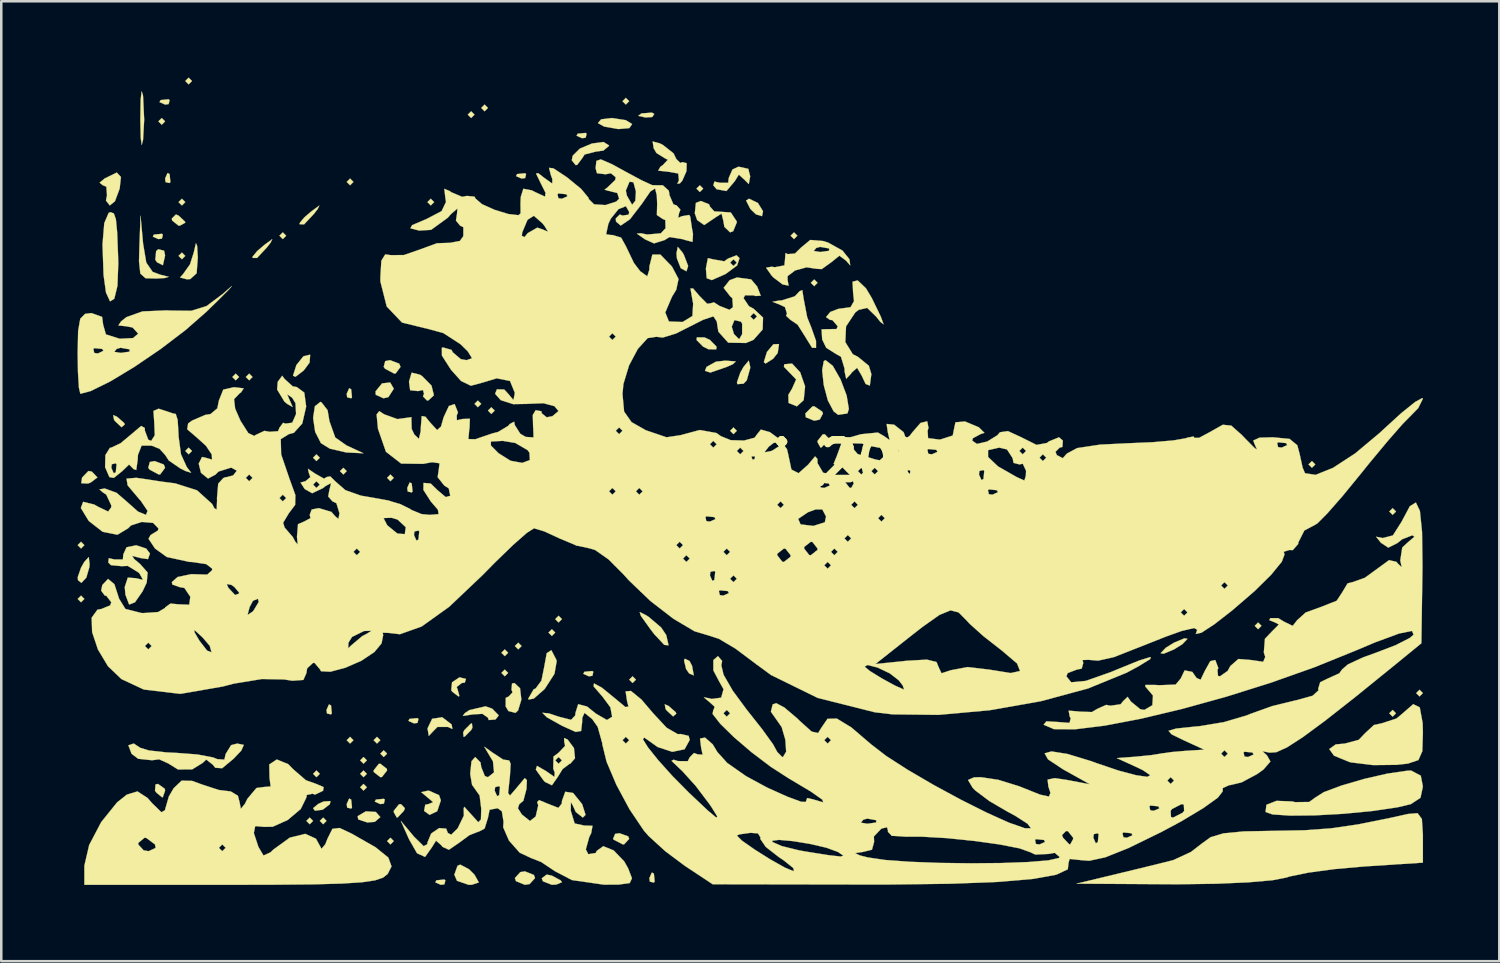
<source format=kicad_pcb>
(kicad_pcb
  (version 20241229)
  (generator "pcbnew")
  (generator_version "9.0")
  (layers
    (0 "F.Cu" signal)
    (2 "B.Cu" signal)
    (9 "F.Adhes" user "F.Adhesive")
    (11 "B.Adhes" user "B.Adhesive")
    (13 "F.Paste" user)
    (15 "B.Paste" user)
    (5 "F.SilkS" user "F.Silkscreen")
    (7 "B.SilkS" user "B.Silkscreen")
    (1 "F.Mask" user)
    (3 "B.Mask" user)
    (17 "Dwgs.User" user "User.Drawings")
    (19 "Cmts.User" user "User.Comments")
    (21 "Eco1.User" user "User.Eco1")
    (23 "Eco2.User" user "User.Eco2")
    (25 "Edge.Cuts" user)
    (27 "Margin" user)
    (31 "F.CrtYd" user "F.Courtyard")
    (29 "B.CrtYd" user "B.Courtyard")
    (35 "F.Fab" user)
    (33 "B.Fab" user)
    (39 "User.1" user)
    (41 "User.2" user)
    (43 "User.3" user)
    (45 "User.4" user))
  (footprint "hokusai_200"
    (layer "F.Cu")
    (at 26.463 15.086)
    (property "Reference" "hokusai_200" (at 0 0 0) (layer "F.SilkS") (effects (font (size 1.524 1.524) (thickness 0.3))))
    (attr through_hole)
    (fp_poly (pts (xy -26.194 3.307) (xy -26.326 3.44) (xy -26.458 3.307) (xy -26.326 3.175) (xy -26.194 3.307)) (stroke (width 0.01) (type solid)) (fill yes) (layer "F.SilkS"))
    (fp_poly (pts (xy -26.194 5.424) (xy -26.326 5.556) (xy -26.458 5.424) (xy -26.326 5.292) (xy -26.194 5.424)) (stroke (width 0.01) (type solid)) (fill yes) (layer "F.SilkS"))
    (fp_poly (pts (xy -23.019 -13.361) (xy -23.151 -13.229) (xy -23.283 -13.361) (xy -23.151 -13.494) (xy -23.019 -13.361)) (stroke (width 0.01) (type solid)) (fill yes) (layer "F.SilkS"))
    (fp_poly (pts (xy -22.225 -10.186) (xy -22.357 -10.054) (xy -22.49 -10.186) (xy -22.357 -10.319) (xy -22.225 -10.186)) (stroke (width 0.01) (type solid)) (fill yes) (layer "F.SilkS"))
    (fp_poly (pts (xy -22.225 -8.07) (xy -22.357 -7.938) (xy -22.49 -8.07) (xy -22.357 -8.202) (xy -22.225 -8.07)) (stroke (width 0.01) (type solid)) (fill yes) (layer "F.SilkS"))
    (fp_poly (pts (xy -21.96 -14.949) (xy -22.093 -14.817) (xy -22.225 -14.949) (xy -22.093 -15.081) (xy -21.96 -14.949)) (stroke (width 0.01) (type solid)) (fill yes) (layer "F.SilkS"))
    (fp_poly (pts (xy -21.96 -0.397) (xy -22.093 -0.265) (xy -22.225 -0.397) (xy -22.093 -0.529) (xy -21.96 -0.397)) (stroke (width 0.01) (type solid)) (fill yes) (layer "F.SilkS"))
    (fp_poly (pts (xy -20.108 -3.307) (xy -20.241 -3.175) (xy -20.373 -3.307) (xy -20.241 -3.44) (xy -20.108 -3.307)) (stroke (width 0.01) (type solid)) (fill yes) (layer "F.SilkS"))
    (fp_poly (pts (xy -19.579 -3.307) (xy -19.711 -3.175) (xy -19.844 -3.307) (xy -19.711 -3.44) (xy -19.579 -3.307)) (stroke (width 0.01) (type solid)) (fill yes) (layer "F.SilkS"))
    (fp_poly (pts (xy -18.256 -8.864) (xy -18.389 -8.731) (xy -18.521 -8.864) (xy -18.389 -8.996) (xy -18.256 -8.864)) (stroke (width 0.01) (type solid)) (fill yes) (layer "F.SilkS"))
    (fp_poly (pts (xy -17.198 14.155) (xy -17.33 14.287) (xy -17.462 14.155) (xy -17.33 14.023) (xy -17.198 14.155)) (stroke (width 0.01) (type solid)) (fill yes) (layer "F.SilkS"))
    (fp_poly (pts (xy -16.933 -0.132) (xy -17.066 0) (xy -17.198 -0.132) (xy -17.066 -0.265) (xy -16.933 -0.132)) (stroke (width 0.01) (type solid)) (fill yes) (layer "F.SilkS"))
    (fp_poly (pts (xy -16.933 12.303) (xy -17.066 12.435) (xy -17.198 12.303) (xy -17.066 12.171) (xy -16.933 12.303)) (stroke (width 0.01) (type solid)) (fill yes) (layer "F.SilkS"))
    (fp_poly (pts (xy -16.669 14.155) (xy -16.801 14.287) (xy -16.933 14.155) (xy -16.801 14.023) (xy -16.669 14.155)) (stroke (width 0.01) (type solid)) (fill yes) (layer "F.SilkS"))
    (fp_poly (pts (xy -15.875 0.397) (xy -16.007 0.529) (xy -16.14 0.397) (xy -16.007 0.265) (xy -15.875 0.397)) (stroke (width 0.01) (type solid)) (fill yes) (layer "F.SilkS"))
    (fp_poly (pts (xy -15.61 -10.98) (xy -15.743 -10.848) (xy -15.875 -10.98) (xy -15.743 -11.113) (xy -15.61 -10.98)) (stroke (width 0.01) (type solid)) (fill yes) (layer "F.SilkS"))
    (fp_poly (pts (xy -15.61 10.98) (xy -15.743 11.113) (xy -15.875 10.98) (xy -15.743 10.848) (xy -15.61 10.98)) (stroke (width 0.01) (type solid)) (fill yes) (layer "F.SilkS"))
    (fp_poly (pts (xy -15.081 11.774) (xy -15.214 11.906) (xy -15.346 11.774) (xy -15.214 11.642) (xy -15.081 11.774)) (stroke (width 0.01) (type solid)) (fill yes) (layer "F.SilkS"))
    (fp_poly (pts (xy -15.081 12.303) (xy -15.214 12.435) (xy -15.346 12.303) (xy -15.214 12.171) (xy -15.081 12.303)) (stroke (width 0.01) (type solid)) (fill yes) (layer "F.SilkS"))
    (fp_poly (pts (xy -15.081 12.832) (xy -15.214 12.965) (xy -15.346 12.832) (xy -15.214 12.7) (xy -15.081 12.832)) (stroke (width 0.01) (type solid)) (fill yes) (layer "F.SilkS"))
    (fp_poly (pts (xy -14.552 10.98) (xy -14.684 11.113) (xy -14.817 10.98) (xy -14.684 10.848) (xy -14.552 10.98)) (stroke (width 0.01) (type solid)) (fill yes) (layer "F.SilkS"))
    (fp_poly (pts (xy -14.287 11.509) (xy -14.42 11.642) (xy -14.552 11.509) (xy -14.42 11.377) (xy -14.287 11.509)) (stroke (width 0.01) (type solid)) (fill yes) (layer "F.SilkS"))
    (fp_poly (pts (xy -14.023 0.661) (xy -14.155 0.794) (xy -14.287 0.661) (xy -14.155 0.529) (xy -14.023 0.661)) (stroke (width 0.01) (type solid)) (fill yes) (layer "F.SilkS"))
    (fp_poly (pts (xy -14.023 14.949) (xy -14.155 15.081) (xy -14.287 14.949) (xy -14.155 14.817) (xy -14.023 14.949)) (stroke (width 0.01) (type solid)) (fill yes) (layer "F.SilkS"))
    (fp_poly (pts (xy -12.435 -10.186) (xy -12.568 -10.054) (xy -12.7 -10.186) (xy -12.568 -10.319) (xy -12.435 -10.186)) (stroke (width 0.01) (type solid)) (fill yes) (layer "F.SilkS"))
    (fp_poly (pts (xy -10.848 -13.626) (xy -10.98 -13.494) (xy -11.113 -13.626) (xy -10.98 -13.758) (xy -10.848 -13.626)) (stroke (width 0.01) (type solid)) (fill yes) (layer "F.SilkS"))
    (fp_poly (pts (xy -10.583 -2.249) (xy -10.716 -2.117) (xy -10.848 -2.249) (xy -10.716 -2.381) (xy -10.583 -2.249)) (stroke (width 0.01) (type solid)) (fill yes) (layer "F.SilkS"))
    (fp_poly (pts (xy -10.319 -13.891) (xy -10.451 -13.758) (xy -10.583 -13.891) (xy -10.451 -14.023) (xy -10.319 -13.891)) (stroke (width 0.01) (type solid)) (fill yes) (layer "F.SilkS"))
    (fp_poly (pts (xy -10.054 -1.984) (xy -10.186 -1.852) (xy -10.319 -1.984) (xy -10.186 -2.117) (xy -10.054 -1.984)) (stroke (width 0.01) (type solid)) (fill yes) (layer "F.SilkS"))
    (fp_poly (pts (xy -9.525 7.541) (xy -9.657 7.673) (xy -9.79 7.541) (xy -9.657 7.408) (xy -9.525 7.541)) (stroke (width 0.01) (type solid)) (fill yes) (layer "F.SilkS"))
    (fp_poly (pts (xy -9.525 8.334) (xy -9.657 8.467) (xy -9.79 8.334) (xy -9.657 8.202) (xy -9.525 8.334)) (stroke (width 0.01) (type solid)) (fill yes) (layer "F.SilkS"))
    (fp_poly (pts (xy -8.996 7.276) (xy -9.128 7.408) (xy -9.26 7.276) (xy -9.128 7.144) (xy -8.996 7.276)) (stroke (width 0.01) (type solid)) (fill yes) (layer "F.SilkS"))
    (fp_poly (pts (xy -7.673 6.747) (xy -7.805 6.879) (xy -7.938 6.747) (xy -7.805 6.615) (xy -7.673 6.747)) (stroke (width 0.01) (type solid)) (fill yes) (layer "F.SilkS"))
    (fp_poly (pts (xy -7.408 6.218) (xy -7.541 6.35) (xy -7.673 6.218) (xy -7.541 6.085) (xy -7.408 6.218)) (stroke (width 0.01) (type solid)) (fill yes) (layer "F.SilkS"))
    (fp_poly (pts (xy -4.763 -14.155) (xy -4.895 -14.023) (xy -5.027 -14.155) (xy -4.895 -14.287) (xy -4.763 -14.155)) (stroke (width 0.01) (type solid)) (fill yes) (layer "F.SilkS"))
    (fp_poly (pts (xy -4.498 8.599) (xy -4.63 8.731) (xy -4.763 8.599) (xy -4.63 8.467) (xy -4.498 8.599)) (stroke (width 0.01) (type solid)) (fill yes) (layer "F.SilkS"))
    (fp_poly (pts (xy -1.852 -10.716) (xy -1.984 -10.583) (xy -2.117 -10.716) (xy -1.984 -10.848) (xy -1.852 -10.716)) (stroke (width 0.01) (type solid)) (fill yes) (layer "F.SilkS"))
    (fp_poly (pts (xy -0.529 -1.191) (xy -0.661 -1.058) (xy -0.794 -1.191) (xy -0.661 -1.323) (xy -0.529 -1.191)) (stroke (width 0.01) (type solid)) (fill yes) (layer "F.SilkS"))
    (fp_poly (pts (xy 1.852 -8.864) (xy 1.72 -8.731) (xy 1.587 -8.864) (xy 1.72 -8.996) (xy 1.852 -8.864)) (stroke (width 0.01) (type solid)) (fill yes) (layer "F.SilkS"))
    (fp_poly (pts (xy 2.646 -7.011) (xy 2.514 -6.879) (xy 2.381 -7.011) (xy 2.514 -7.144) (xy 2.646 -7.011)) (stroke (width 0.01) (type solid)) (fill yes) (layer "F.SilkS"))
    (fp_poly (pts (xy 20.108 6.482) (xy 19.976 6.615) (xy 19.844 6.482) (xy 19.976 6.35) (xy 20.108 6.482)) (stroke (width 0.01) (type solid)) (fill yes) (layer "F.SilkS"))
    (fp_poly (pts (xy 22.225 0.132) (xy 22.093 0.265) (xy 21.96 0.132) (xy 22.093 0) (xy 22.225 0.132)) (stroke (width 0.01) (type solid)) (fill yes) (layer "F.SilkS"))
    (fp_poly (pts (xy 25.4 1.984) (xy 25.268 2.117) (xy 25.135 1.984) (xy 25.268 1.852) (xy 25.4 1.984)) (stroke (width 0.01) (type solid)) (fill yes) (layer "F.SilkS"))
    (fp_poly (pts (xy 25.4 9.922) (xy 25.268 10.054) (xy 25.135 9.922) (xy 25.268 9.79) (xy 25.4 9.922)) (stroke (width 0.01) (type solid)) (fill yes) (layer "F.SilkS"))
    (fp_poly (pts (xy 26.458 9.128) (xy 26.326 9.26) (xy 26.194 9.128) (xy 26.326 8.996) (xy 26.458 9.128)) (stroke (width 0.01) (type solid)) (fill yes) (layer "F.SilkS"))
    (fp_poly (pts (xy -23.107 -8.908) (xy -23.143 -8.75) (xy -23.283 -8.731) (xy -23.501 -8.828) (xy -23.46 -8.908) (xy -23.146 -8.939) (xy -23.107 -8.908)) (stroke (width 0.01) (type solid)) (fill yes) (layer "F.SilkS"))
    (fp_poly (pts (xy -22.842 -14.199) (xy -22.879 -14.042) (xy -23.019 -14.023) (xy -23.237 -14.12) (xy -23.195 -14.199) (xy -22.881 -14.231) (xy -22.842 -14.199)) (stroke (width 0.01) (type solid)) (fill yes) (layer "F.SilkS"))
    (fp_poly (pts (xy -22.842 -11.289) (xy -22.811 -10.975) (xy -22.842 -10.936) (xy -23 -10.972) (xy -23.019 -11.113) (xy -22.922 -11.33) (xy -22.842 -11.289)) (stroke (width 0.01) (type solid)) (fill yes) (layer "F.SilkS"))
    (fp_poly (pts (xy -16.492 9.613) (xy -16.461 9.927) (xy -16.492 9.966) (xy -16.65 9.93) (xy -16.669 9.79) (xy -16.572 9.572) (xy -16.492 9.613)) (stroke (width 0.01) (type solid)) (fill yes) (layer "F.SilkS"))
    (fp_poly (pts (xy -15.699 -2.822) (xy -15.667 -2.508) (xy -15.699 -2.469) (xy -15.856 -2.506) (xy -15.875 -2.646) (xy -15.778 -2.864) (xy -15.699 -2.822)) (stroke (width 0.01) (type solid)) (fill yes) (layer "F.SilkS"))
    (fp_poly (pts (xy -15.699 13.317) (xy -15.667 13.631) (xy -15.699 13.67) (xy -15.856 13.634) (xy -15.875 13.494) (xy -15.778 13.276) (xy -15.699 13.317)) (stroke (width 0.01) (type solid)) (fill yes) (layer "F.SilkS"))
    (fp_poly (pts (xy -14.376 13.317) (xy -14.412 13.475) (xy -14.552 13.494) (xy -14.77 13.397) (xy -14.728 13.317) (xy -14.414 13.286) (xy -14.376 13.317)) (stroke (width 0.01) (type solid)) (fill yes) (layer "F.SilkS"))
    (fp_poly (pts (xy -13.317 0.882) (xy -13.286 1.196) (xy -13.317 1.235) (xy -13.475 1.198) (xy -13.494 1.058) (xy -13.397 0.841) (xy -13.317 0.882)) (stroke (width 0.01) (type solid)) (fill yes) (layer "F.SilkS"))
    (fp_poly (pts (xy -13.053 10.142) (xy -13.089 10.3) (xy -13.229 10.319) (xy -13.447 10.222) (xy -13.406 10.142) (xy -13.092 10.111) (xy -13.053 10.142)) (stroke (width 0.01) (type solid)) (fill yes) (layer "F.SilkS"))
    (fp_poly (pts (xy -11.994 16.492) (xy -12.031 16.65) (xy -12.171 16.669) (xy -12.389 16.572) (xy -12.347 16.492) (xy -12.033 16.461) (xy -11.994 16.492)) (stroke (width 0.01) (type solid)) (fill yes) (layer "F.SilkS"))
    (fp_poly (pts (xy -8.819 -11.289) (xy -8.856 -11.132) (xy -8.996 -11.113) (xy -9.214 -11.209) (xy -9.172 -11.289) (xy -8.858 -11.321) (xy -8.819 -11.289)) (stroke (width 0.01) (type solid)) (fill yes) (layer "F.SilkS"))
    (fp_poly (pts (xy -6.438 -12.876) (xy -6.475 -12.719) (xy -6.615 -12.7) (xy -6.832 -12.797) (xy -6.791 -12.876) (xy -6.477 -12.908) (xy -6.438 -12.876)) (stroke (width 0.01) (type solid)) (fill yes) (layer "F.SilkS"))
    (fp_poly (pts (xy -6.174 8.29) (xy -6.21 8.448) (xy -6.35 8.467) (xy -6.568 8.37) (xy -6.526 8.29) (xy -6.212 8.259) (xy -6.174 8.29)) (stroke (width 0.01) (type solid)) (fill yes) (layer "F.SilkS"))
    (fp_poly (pts (xy -3.792 16.228) (xy -3.761 16.542) (xy -3.792 16.581) (xy -3.95 16.544) (xy -3.969 16.404) (xy -3.872 16.186) (xy -3.792 16.228)) (stroke (width 0.01) (type solid)) (fill yes) (layer "F.SilkS"))
    (fp_poly (pts (xy -3.776 -13.654) (xy -3.855 -13.533) (xy -4.123 -13.515) (xy -4.405 -13.579) (xy -4.283 -13.674) (xy -3.869 -13.706) (xy -3.776 -13.654)) (stroke (width 0.01) (type solid)) (fill yes) (layer "F.SilkS"))
    (fp_poly (pts (xy -25.901 0.414) (xy -25.681 0.643) (xy -25.944 0.843) (xy -26.048 0.884) (xy -26.317 0.872) (xy -26.285 0.65) (xy -26.035 0.391) (xy -25.901 0.414)) (stroke (width 0.01) (type solid)) (fill yes) (layer "F.SilkS"))
    (fp_poly (pts (xy -24.912 -1.745) (xy -24.63 -1.499) (xy -24.606 -1.44) (xy -24.732 -1.331) (xy -24.993 -1.575) (xy -25.028 -1.628) (xy -25.06 -1.809) (xy -24.912 -1.745)) (stroke (width 0.01) (type solid)) (fill yes) (layer "F.SilkS"))
    (fp_poly (pts (xy -23.058 -8.274) (xy -23.019 -8.085) (xy -23.106 -7.703) (xy -23.335 -7.818) (xy -23.404 -7.919) (xy -23.371 -8.259) (xy -23.288 -8.332) (xy -23.058 -8.274)) (stroke (width 0.01) (type solid)) (fill yes) (layer "F.SilkS"))
    (fp_poly (pts (xy -16.538 13.497) (xy -16.821 13.716) (xy -17.125 13.753) (xy -17.198 13.654) (xy -16.99 13.484) (xy -16.787 13.393) (xy -16.514 13.374) (xy -16.538 13.497)) (stroke (width 0.01) (type solid)) (fill yes) (layer "F.SilkS"))
    (fp_poly (pts (xy -14.729 13.803) (xy -14.552 14.006) (xy -14.771 14.193) (xy -15.063 14.216) (xy -15.422 14.098) (xy -15.444 13.968) (xy -15.124 13.779) (xy -14.729 13.803)) (stroke (width 0.01) (type solid)) (fill yes) (layer "F.SilkS"))
    (fp_poly (pts (xy -14.023 -2.844) (xy -14.236 -2.514) (xy -14.427 -2.469) (xy -14.733 -2.607) (xy -14.741 -2.74) (xy -14.484 -3.055) (xy -14.165 -3.091) (xy -14.023 -2.844)) (stroke (width 0.01) (type solid)) (fill yes) (layer "F.SilkS"))
    (fp_poly (pts (xy -3.216 9.632) (xy -2.934 9.878) (xy -2.91 9.937) (xy -3.036 10.046) (xy -3.297 9.803) (xy -3.333 9.749) (xy -3.364 9.568) (xy -3.216 9.632)) (stroke (width 0.01) (type solid)) (fill yes) (layer "F.SilkS"))
    (fp_poly (pts (xy -2.389 7.865) (xy -2.29 8.058) (xy -2.222 8.431) (xy -2.4 8.359) (xy -2.524 8.184) (xy -2.606 7.838) (xy -2.573 7.776) (xy -2.389 7.865)) (stroke (width 0.01) (type solid)) (fill yes) (layer "F.SilkS"))
    (fp_poly (pts (xy 0.299 -10.153) (xy 0.502 -9.825) (xy 0.461 -9.633) (xy 0.221 -9.705) (xy 0.005 -9.915) (xy -0.165 -10.248) (xy -0.048 -10.319) (xy 0.299 -10.153)) (stroke (width 0.01) (type solid)) (fill yes) (layer "F.SilkS"))
    (fp_poly (pts (xy -23.069 0.138) (xy -23.019 0.265) (xy -23.209 0.522) (xy -23.268 0.529) (xy -23.626 0.337) (xy -23.68 0.265) (xy -23.62 0.038) (xy -23.431 0) (xy -23.069 0.138)) (stroke (width 0.01) (type solid)) (fill yes) (layer "F.SilkS"))
    (fp_poly (pts (xy -23.03 12.892) (xy -23.019 12.965) (xy -23.109 13.222) (xy -23.135 13.229) (xy -23.361 13.044) (xy -23.416 12.965) (xy -23.395 12.721) (xy -23.299 12.7) (xy -23.03 12.892)) (stroke (width 0.01) (type solid)) (fill yes) (layer "F.SilkS"))
    (fp_poly (pts (xy -22.49 -9.657) (xy -22.237 -9.42) (xy -22.225 -9.377) (xy -22.43 -9.263) (xy -22.49 -9.26) (xy -22.744 -9.464) (xy -22.754 -9.541) (xy -22.592 -9.699) (xy -22.49 -9.657)) (stroke (width 0.01) (type solid)) (fill yes) (layer "F.SilkS"))
    (fp_poly (pts (xy -18.868 -8.592) (xy -19.016 -8.401) (xy -19.402 -7.989) (xy -19.575 -7.991) (xy -19.579 -8.037) (xy -19.398 -8.258) (xy -19.116 -8.5) (xy -18.803 -8.729) (xy -18.868 -8.592)) (stroke (width 0.01) (type solid)) (fill yes) (layer "F.SilkS"))
    (fp_poly (pts (xy -17.313 -4.172) (xy -17.334 -3.875) (xy -17.563 -3.566) (xy -17.888 -3.316) (xy -17.988 -3.355) (xy -17.854 -3.777) (xy -17.579 -4.12) (xy -17.325 -4.183) (xy -17.313 -4.172)) (stroke (width 0.01) (type solid)) (fill yes) (layer "F.SilkS"))
    (fp_poly (pts (xy -17.016 -9.915) (xy -17.164 -9.723) (xy -17.55 -9.312) (xy -17.723 -9.314) (xy -17.727 -9.36) (xy -17.546 -9.581) (xy -17.264 -9.823) (xy -16.951 -10.052) (xy -17.016 -9.915)) (stroke (width 0.01) (type solid)) (fill yes) (layer "F.SilkS"))
    (fp_poly (pts (xy -14.295 12.108) (xy -14.287 12.171) (xy -14.489 12.428) (xy -14.552 12.435) (xy -14.809 12.234) (xy -14.817 12.171) (xy -14.615 11.914) (xy -14.552 11.906) (xy -14.295 12.108)) (stroke (width 0.01) (type solid)) (fill yes) (layer "F.SilkS"))
    (fp_poly (pts (xy -13.809 -3.831) (xy -13.758 -3.704) (xy -13.948 -3.447) (xy -14.007 -3.44) (xy -14.366 -3.632) (xy -14.42 -3.704) (xy -14.36 -3.931) (xy -14.171 -3.969) (xy -13.809 -3.831)) (stroke (width 0.01) (type solid)) (fill yes) (layer "F.SilkS"))
    (fp_poly (pts (xy -13.585 13.656) (xy -13.626 13.758) (xy -13.864 14.011) (xy -13.906 14.023) (xy -14.02 13.818) (xy -14.023 13.758) (xy -13.82 13.504) (xy -13.743 13.494) (xy -13.585 13.656)) (stroke (width 0.01) (type solid)) (fill yes) (layer "F.SilkS"))
    (fp_poly (pts (xy -10.931 10.49) (xy -10.98 10.583) (xy -11.23 10.836) (xy -11.276 10.848) (xy -11.294 10.677) (xy -11.245 10.583) (xy -10.995 10.331) (xy -10.949 10.319) (xy -10.931 10.49)) (stroke (width 0.01) (type solid)) (fill yes) (layer "F.SilkS"))
    (fp_poly (pts (xy -8.511 16.282) (xy -8.467 16.404) (xy -8.681 16.639) (xy -8.864 16.669) (xy -9.216 16.526) (xy -9.26 16.404) (xy -9.046 16.169) (xy -8.864 16.14) (xy -8.511 16.282)) (stroke (width 0.01) (type solid)) (fill yes) (layer "F.SilkS"))
    (fp_poly (pts (xy -7.805 16.308) (xy -7.457 16.496) (xy -7.408 16.565) (xy -7.624 16.657) (xy -7.805 16.669) (xy -8.157 16.53) (xy -8.202 16.412) (xy -8.008 16.267) (xy -7.805 16.308)) (stroke (width 0.01) (type solid)) (fill yes) (layer "F.SilkS"))
    (fp_poly (pts (xy -4.896 -13.409) (xy -4.648 -13.257) (xy -4.758 -13.097) (xy -5.186 -13.059) (xy -5.745 -13.156) (xy -5.994 -13.295) (xy -5.866 -13.442) (xy -5.455 -13.494) (xy -4.896 -13.409)) (stroke (width 0.01) (type solid)) (fill yes) (layer "F.SilkS"))
    (fp_poly (pts (xy -4.803 14.763) (xy -4.763 14.861) (xy -4.963 15.077) (xy -5.011 15.081) (xy -5.375 14.892) (xy -5.397 14.861) (xy -5.316 14.667) (xy -5.148 14.64) (xy -4.803 14.763)) (stroke (width 0.01) (type solid)) (fill yes) (layer "F.SilkS"))
    (fp_poly (pts (xy -2.671 -8.212) (xy -2.614 -8.116) (xy -2.444 -7.674) (xy -2.51 -7.465) (xy -2.734 -7.585) (xy -2.888 -7.979) (xy -2.902 -8.18) (xy -2.853 -8.426) (xy -2.671 -8.212)) (stroke (width 0.01) (type solid)) (fill yes) (layer "F.SilkS"))
    (fp_poly (pts (xy -1.798 -4.863) (xy -1.587 -4.763) (xy -1.326 -4.498) (xy -1.338 -4.394) (xy -1.642 -4.397) (xy -1.852 -4.498) (xy -2.114 -4.762) (xy -2.101 -4.866) (xy -1.798 -4.863)) (stroke (width 0.01) (type solid)) (fill yes) (layer "F.SilkS"))
    (fp_poly (pts (xy -0.571 -3.919) (xy -0.678 -3.814) (xy -0.926 -3.704) (xy -1.571 -3.48) (xy -1.782 -3.549) (xy -1.72 -3.704) (xy -1.352 -3.909) (xy -0.977 -3.95) (xy -0.571 -3.919)) (stroke (width 0.01) (type solid)) (fill yes) (layer "F.SilkS"))
    (fp_poly (pts (xy 1.13 -4.592) (xy 1.079 -4.251) (xy 0.898 -4.024) (xy 0.601 -3.835) (xy 0.533 -3.892) (xy 0.657 -4.294) (xy 0.908 -4.594) (xy 1.123 -4.602) (xy 1.13 -4.592)) (stroke (width 0.01) (type solid)) (fill yes) (layer "F.SilkS"))
    (fp_poly (pts (xy 2.824 -1.95) (xy 2.86 -1.872) (xy 2.732 -1.631) (xy 2.514 -1.587) (xy 2.184 -1.722) (xy 2.167 -1.872) (xy 2.441 -2.145) (xy 2.514 -2.156) (xy 2.824 -1.95)) (stroke (width 0.01) (type solid)) (fill yes) (layer "F.SilkS"))
    (fp_poly (pts (xy 3.084 -0.896) (xy 3.043 -0.794) (xy 2.805 -0.541) (xy 2.763 -0.529) (xy 2.649 -0.734) (xy 2.646 -0.794) (xy 2.849 -1.048) (xy 2.926 -1.058) (xy 3.084 -0.896)) (stroke (width 0.01) (type solid)) (fill yes) (layer "F.SilkS"))
    (fp_poly (pts (xy 17.198 6.993) (xy 16.995 7.205) (xy 16.669 7.408) (xy 16.26 7.579) (xy 16.14 7.559) (xy 16.342 7.347) (xy 16.669 7.144) (xy 17.078 6.973) (xy 17.198 6.993)) (stroke (width 0.01) (type solid)) (fill yes) (layer "F.SilkS"))
    (fp_poly (pts (xy -25.989 4.05) (xy -25.997 4.171) (xy -26.116 4.583) (xy -26.311 4.793) (xy -26.446 4.685) (xy -26.454 4.564) (xy -26.324 4.191) (xy -26.201 3.972) (xy -26.022 3.775) (xy -25.989 4.05)) (stroke (width 0.01) (type solid)) (fill yes) (layer "F.SilkS"))
    (fp_poly (pts (xy -11.749 10.36) (xy -11.716 10.539) (xy -11.895 10.458) (xy -12.305 10.458) (xy -12.461 10.616) (xy -12.646 10.812) (xy -12.696 10.517) (xy -12.514 10.139) (xy -12.118 10.078) (xy -11.749 10.36)) (stroke (width 0.01) (type solid)) (fill yes) (layer "F.SilkS"))
    (fp_poly (pts (xy -11.065 16.056) (xy -10.848 16.272) (xy -10.677 16.576) (xy -10.952 16.667) (xy -11.08 16.669) (xy -11.536 16.511) (xy -11.642 16.272) (xy -11.516 15.92) (xy -11.409 15.875) (xy -11.065 16.056)) (stroke (width 0.01) (type solid)) (fill yes) (layer "F.SilkS"))
    (fp_poly (pts (xy -0.005 -3.714) (xy -0.004 -3.654) (xy -0.139 -3.175) (xy -0.265 -3.043) (xy -0.507 -3.025) (xy -0.525 -3.093) (xy -0.392 -3.479) (xy -0.265 -3.704) (xy -0.059 -3.952) (xy -0.005 -3.714)) (stroke (width 0.01) (type solid)) (fill yes) (layer "F.SilkS"))
    (fp_poly (pts (xy -23.893 -14.405) (xy -23.886 -14.354) (xy -23.842 -13.426) (xy -23.886 -12.634) (xy -23.938 -12.434) (xy -23.976 -12.704) (xy -23.992 -13.385) (xy -23.992 -13.494) (xy -23.979 -14.221) (xy -23.943 -14.544) (xy -23.893 -14.405)) (stroke (width 0.01) (type solid)) (fill yes) (layer "F.SilkS"))
    (fp_poly (pts (xy -21.759 -8.463) (xy -21.732 -8.004) (xy -21.778 -7.387) (xy -22.027 -7.159) (xy -22.159 -7.148) (xy -22.432 -7.22) (xy -22.318 -7.346) (xy -22.039 -7.737) (xy -21.891 -8.202) (xy -21.806 -8.571) (xy -21.759 -8.463)) (stroke (width 0.01) (type solid)) (fill yes) (layer "F.SilkS"))
    (fp_poly (pts (xy -4.093 6.069) (xy -3.992 6.133) (xy -3.505 6.548) (xy -3.306 6.845) (xy -3.214 7.248) (xy -3.384 7.231) (xy -3.776 6.812) (xy -3.939 6.598) (xy -4.301 6.093) (xy -4.35 5.939) (xy -4.093 6.069)) (stroke (width 0.01) (type solid)) (fill yes) (layer "F.SilkS"))
    (fp_poly (pts (xy -24.756 -11.175) (xy -24.806 -10.716) (xy -24.991 -10.219) (xy -25.195 -10.054) (xy -25.345 -10.248) (xy -25.304 -10.451) (xy -25.33 -10.792) (xy -25.474 -10.852) (xy -25.594 -10.95) (xy -25.4 -11.113) (xy -24.92 -11.349) (xy -24.756 -11.175)) (stroke (width 0.01) (type solid)) (fill yes) (layer "F.SilkS"))
    (fp_poly (pts (xy -11.183 8.572) (xy -11.23 8.717) (xy -11.349 8.731) (xy -11.548 8.886) (xy -11.509 8.996) (xy -11.442 9.243) (xy -11.478 9.26) (xy -11.721 9.075) (xy -11.763 9.014) (xy -11.732 8.703) (xy -11.438 8.507) (xy -11.183 8.572)) (stroke (width 0.01) (type solid)) (fill yes) (layer "F.SilkS"))
    (fp_poly (pts (xy -10.152 9.74) (xy -9.894 10.004) (xy -10.02 10.165) (xy -10.288 10.188) (xy -10.319 10.095) (xy -10.535 9.944) (xy -10.914 9.965) (xy -11.308 10.027) (xy -11.225 9.913) (xy -11.046 9.795) (xy -10.413 9.648) (xy -10.152 9.74)) (stroke (width 0.01) (type solid)) (fill yes) (layer "F.SilkS"))
    (fp_poly (pts (xy -23.884 -8.549) (xy -23.759 -7.806) (xy -23.508 -7.441) (xy -23.203 -7.329) (xy -22.875 -7.246) (xy -23.038 -7.199) (xy -23.349 -7.18) (xy -23.787 -7.191) (xy -23.993 -7.372) (xy -24.045 -7.858) (xy -24.031 -8.401) (xy -23.985 -9.657) (xy -23.884 -8.549)) (stroke (width 0.01) (type solid)) (fill yes) (layer "F.SilkS"))
    (fp_poly (pts (xy -12.242 13.143) (xy -12.171 13.346) (xy -12.314 13.775) (xy -12.614 13.918) (xy -12.83 13.763) (xy -12.786 13.519) (xy -12.649 13.49) (xy -12.476 13.417) (xy -12.7 13.229) (xy -12.943 13.024) (xy -12.693 12.969) (xy -12.634 12.969) (xy -12.242 13.143)) (stroke (width 0.01) (type solid)) (fill yes) (layer "F.SilkS"))
    (fp_poly (pts (xy -9.056 8.939) (xy -9.005 9.386) (xy -9.132 9.806) (xy -9.233 9.905) (xy -9.513 9.834) (xy -9.621 9.656) (xy -9.619 9.316) (xy -9.501 9.26) (xy -9.351 9.098) (xy -9.393 8.996) (xy -9.372 8.752) (xy -9.276 8.731) (xy -9.056 8.939)) (stroke (width 0.01) (type solid)) (fill yes) (layer "F.SilkS"))
    (fp_poly (pts (xy 1.962 -3.493) (xy 2.156 -2.935) (xy 2.101 -2.396) (xy 1.832 -2.152) (xy 1.507 -2.285) (xy 1.498 -2.606) (xy 1.639 -2.84) (xy 1.804 -3.208) (xy 1.578 -3.445) (xy 1.323 -3.707) (xy 1.338 -3.808) (xy 1.645 -3.834) (xy 1.962 -3.493)) (stroke (width 0.01) (type solid)) (fill yes) (layer "F.SilkS"))
    (fp_poly (pts (xy 3.246 -3.745) (xy 3.551 -3.212) (xy 3.791 -2.578) (xy 3.878 -2.051) (xy 3.821 -1.872) (xy 3.455 -1.819) (xy 3.279 -1.955) (xy 3.051 -2.385) (xy 2.89 -2.99) (xy 2.827 -3.572) (xy 2.892 -3.932) (xy 2.961 -3.969) (xy 3.246 -3.745)) (stroke (width 0.01) (type solid)) (fill yes) (layer "F.SilkS"))
    (fp_poly (pts (xy -16.875 -2.318) (xy -16.627 -2.001) (xy -16.554 -1.568) (xy -16.326 -0.927) (xy -15.886 -0.616) (xy -15.214 -0.305) (xy -15.896 -0.339) (xy -16.537 -0.487) (xy -16.888 -0.704) (xy -17.116 -1.148) (xy -17.196 -1.697) (xy -17.127 -2.155) (xy -16.913 -2.326) (xy -16.875 -2.318)) (stroke (width 0.01) (type solid)) (fill yes) (layer "F.SilkS"))
    (fp_poly (pts (xy -13.002 -3.4) (xy -12.911 -3.344) (xy -12.54 -2.969) (xy -12.445 -2.587) (xy -12.662 -2.385) (xy -12.716 -2.381) (xy -12.875 -2.543) (xy -12.834 -2.643) (xy -12.876 -2.795) (xy -13.068 -2.752) (xy -13.379 -2.785) (xy -13.425 -3.121) (xy -13.321 -3.477) (xy -13.002 -3.4)) (stroke (width 0.01) (type solid)) (fill yes) (layer "F.SilkS"))
    (fp_poly (pts (xy -5.557 -12.416) (xy -5.556 -12.399) (xy -5.778 -12.213) (xy -6.085 -12.171) (xy -6.515 -12.06) (xy -6.615 -11.906) (xy -6.81 -11.649) (xy -6.871 -11.642) (xy -7.022 -11.833) (xy -6.985 -12.011) (xy -6.703 -12.291) (xy -6.229 -12.49) (xy -5.775 -12.551) (xy -5.557 -12.416)) (stroke (width 0.01) (type solid)) (fill yes) (layer "F.SilkS"))
    (fp_poly (pts (xy -25.034 -9.738) (xy -24.954 -9.51) (xy -24.904 -8.997) (xy -24.869 -8.093) (xy -24.86 -7.774) (xy -24.893 -6.893) (xy -25.018 -6.383) (xy -25.184 -6.282) (xy -25.344 -6.629) (xy -25.439 -7.317) (xy -25.481 -8.523) (xy -25.411 -9.36) (xy -25.238 -9.763) (xy -25.161 -9.79) (xy -25.034 -9.738)) (stroke (width 0.01) (type solid)) (fill yes) (layer "F.SilkS"))
    (fp_poly (pts (xy -7.63 7.815) (xy -7.615 7.871) (xy -7.702 8.368) (xy -8.075 8.949) (xy -8.113 8.99) (xy -8.518 9.345) (xy -8.724 9.381) (xy -8.731 9.343) (xy -8.524 8.983) (xy -8.442 8.944) (xy -8.215 8.637) (xy -8.112 8.128) (xy -8.006 7.555) (xy -7.825 7.44) (xy -7.63 7.815)) (stroke (width 0.01) (type solid)) (fill yes) (layer "F.SilkS"))
    (fp_poly (pts (xy -0.077 -11.494) (xy -0.004 -11.198) (xy -0.058 -10.895) (xy -0.232 -11.069) (xy -0.449 -11.267) (xy -0.616 -11.002) (xy -0.937 -10.622) (xy -1.325 -10.692) (xy -1.453 -10.845) (xy -1.41 -10.994) (xy -1.194 -10.945) (xy -0.868 -10.945) (xy -0.849 -11.13) (xy -0.701 -11.469) (xy -0.463 -11.579) (xy -0.077 -11.494)) (stroke (width 0.01) (type solid)) (fill yes) (layer "F.SilkS"))
    (fp_poly (pts (xy -1.62 -10.101) (xy -1.587 -10.01) (xy -1.415 -9.819) (xy -1.389 -9.821) (xy -0.767 -9.779) (xy -0.53 -9.422) (xy -0.529 -9.393) (xy -0.672 -9.041) (xy -0.794 -8.996) (xy -1.02 -9.213) (xy -1.058 -9.446) (xy -1.13 -9.737) (xy -1.376 -9.578) (xy -1.813 -9.283) (xy -2.089 -9.48) (xy -2.182 -9.745) (xy -2.14 -10.153) (xy -1.948 -10.231) (xy -1.62 -10.101)) (stroke (width 0.01) (type solid)) (fill yes) (layer "F.SilkS"))
    (fp_poly (pts (xy -0.424 -7.981) (xy -0.515 -7.696) (xy -0.961 -7.365) (xy -1.003 -7.343) (xy -1.516 -7.118) (xy -1.714 -7.192) (xy -1.746 -7.576) (xy -1.702 -7.805) (xy -0.794 -7.805) (xy -0.661 -7.673) (xy -0.529 -7.805) (xy -0.661 -7.938) (xy -0.794 -7.805) (xy -1.702 -7.805) (xy -1.667 -7.982) (xy -1.449 -7.932) (xy -1.026 -7.857) (xy -0.87 -7.967) (xy -0.538 -8.094) (xy -0.424 -7.981)) (stroke (width 0.01) (type solid)) (fill yes) (layer "F.SilkS"))
    (fp_poly (pts (xy 2.096 -6.399) (xy 2.239 -5.655) (xy 2.398 -5.26) (xy 2.587 -4.725) (xy 2.587 -4.453) (xy 2.432 -4.455) (xy 2.187 -4.847) (xy 2.178 -4.865) (xy 1.861 -5.365) (xy 1.578 -5.556) (xy 1.408 -5.715) (xy 1.443 -5.801) (xy 1.363 -6.057) (xy 1.128 -6.167) (xy 0.872 -6.263) (xy 1.118 -6.312) (xy 1.235 -6.319) (xy 1.751 -6.48) (xy 1.941 -6.681) (xy 2.047 -6.723) (xy 2.096 -6.399)) (stroke (width 0.01) (type solid)) (fill yes) (layer "F.SilkS"))
    (fp_poly (pts (xy 26.334 9.688) (xy 26.449 10.31) (xy 26.458 10.688) (xy 26.436 11.41) (xy 26.282 11.762) (xy 25.867 11.901) (xy 25.421 11.95) (xy 24.499 11.96) (xy 23.639 11.855) (xy 23.569 11.838) (xy 22.961 11.59) (xy 22.774 11.329) (xy 23.031 11.146) (xy 23.387 11.113) (xy 23.936 10.965) (xy 24.173 10.716) (xy 24.533 10.382) (xy 24.83 10.319) (xy 25.422 10.126) (xy 25.665 9.922) (xy 26.077 9.563) (xy 26.334 9.688)) (stroke (width 0.01) (type solid)) (fill yes) (layer "F.SilkS"))
    (fp_poly (pts (xy -3.554 -12.495) (xy -3.434 -12.432) (xy -3.018 -12.103) (xy -2.91 -11.881) (xy -2.751 -11.725) (xy -2.669 -11.76) (xy -2.501 -11.716) (xy -2.511 -11.401) (xy -2.674 -11.03) (xy -2.769 -10.922) (xy -2.87 -10.907) (xy -2.805 -11.046) (xy -2.833 -11.311) (xy -3.226 -11.381) (xy -3.621 -11.423) (xy -3.536 -11.576) (xy -3.44 -11.642) (xy -3.244 -11.852) (xy -3.345 -11.902) (xy -3.693 -12.119) (xy -3.802 -12.309) (xy -3.84 -12.572) (xy -3.554 -12.495)) (stroke (width 0.01) (type solid)) (fill yes) (layer "F.SilkS"))
    (fp_poly (pts (xy 26.375 12.376) (xy 26.458 12.803) (xy 26.363 13.246) (xy 25.983 13.496) (xy 25.466 13.619) (xy 24.446 13.769) (xy 23.315 13.877) (xy 22.201 13.938) (xy 21.235 13.947) (xy 20.546 13.901) (xy 20.27 13.805) (xy 20.302 13.522) (xy 20.701 13.366) (xy 21.309 13.389) (xy 21.433 13.417) (xy 21.985 13.41) (xy 22.218 13.24) (xy 22.562 13.023) (xy 23.261 12.762) (xy 24.149 12.503) (xy 25.059 12.295) (xy 25.825 12.183) (xy 25.995 12.175) (xy 26.375 12.376)) (stroke (width 0.01) (type solid)) (fill yes) (layer "F.SilkS"))
    (fp_poly (pts (xy -23.999 11.279) (xy -23.656 11.384) (xy -22.976 11.46) (xy -22.565 11.48) (xy -21.745 11.542) (xy -21.126 11.66) (xy -20.968 11.725) (xy -20.687 11.744) (xy -20.637 11.525) (xy -20.422 11.175) (xy -20.182 11.113) (xy -19.922 11.165) (xy -20.022 11.39) (xy -20.323 11.708) (xy -20.773 12.082) (xy -21.045 12.066) (xy -21.142 11.944) (xy -21.4 11.742) (xy -21.546 11.878) (xy -21.956 12.13) (xy -22.513 12.131) (xy -22.893 11.895) (xy -23.252 11.733) (xy -23.533 11.769) (xy -24.076 11.712) (xy -24.337 11.515) (xy -24.463 11.182) (xy -24.252 11.111) (xy -23.999 11.279)) (stroke (width 0.01) (type solid)) (fill yes) (layer "F.SilkS"))
    (fp_poly (pts (xy -7.185 10.955) (xy -6.936 11.288) (xy -6.894 11.691) (xy -7.08 11.905) (xy -7.103 11.906) (xy -7.383 12.116) (xy -7.566 12.414) (xy -7.802 12.753) (xy -8.072 12.625) (xy -8.136 12.557) (xy -8.436 12.136) (xy -8.39 11.99) (xy -8.024 12.201) (xy -8.02 12.205) (xy -7.702 12.426) (xy -7.694 12.255) (xy -7.751 12.095) (xy -7.743 11.774) (xy -7.673 11.774) (xy -7.541 11.906) (xy -7.408 11.774) (xy -7.541 11.642) (xy -7.673 11.774) (xy -7.743 11.774) (xy -7.739 11.623) (xy -7.538 11.472) (xy -7.285 11.203) (xy -7.318 11.044) (xy -7.322 10.893) (xy -7.185 10.955)) (stroke (width 0.01) (type solid)) (fill yes) (layer "F.SilkS"))
    (fp_poly (pts (xy -23.762 3.442) (xy -23.614 3.638) (xy -23.693 3.858) (xy -23.989 3.815) (xy -24.32 3.728) (xy -24.228 3.86) (xy -24.008 4.044) (xy -23.706 4.384) (xy -23.741 4.778) (xy -23.902 5.12) (xy -24.204 5.556) (xy -24.431 5.643) (xy -24.434 5.64) (xy -24.579 5.258) (xy -24.606 4.955) (xy -24.485 4.585) (xy -24.172 4.608) (xy -23.887 4.673) (xy -24.016 4.44) (xy -24.059 4.387) (xy -24.489 4.124) (xy -24.731 4.135) (xy -25.15 4.094) (xy -25.255 3.99) (xy -25.233 3.821) (xy -25.006 3.872) (xy -24.68 3.87) (xy -24.662 3.67) (xy -24.535 3.392) (xy -24.155 3.313) (xy -23.762 3.442)) (stroke (width 0.01) (type solid)) (fill yes) (layer "F.SilkS"))
    (fp_poly (pts (xy 26.418 14.079) (xy 26.458 14.693) (xy 26.458 14.772) (xy 26.458 15.797) (xy 24.143 15.948) (xy 22.991 16.05) (xy 21.96 16.189) (xy 21.224 16.339) (xy 21.083 16.384) (xy 20.541 16.489) (xy 19.587 16.572) (xy 18.335 16.627) (xy 16.903 16.647) (xy 16.585 16.647) (xy 12.832 16.624) (xy 14.42 16.242) (xy 15.383 16.009) (xy 16.224 15.802) (xy 16.641 15.697) (xy 17.334 15.376) (xy 17.765 15.043) (xy 18.109 14.795) (xy 18.616 14.644) (xy 19.409 14.568) (xy 20.571 14.546) (xy 21.799 14.523) (xy 22.844 14.447) (xy 23.908 14.292) (xy 25.193 14.033) (xy 25.863 13.883) (xy 26.249 13.851) (xy 26.418 14.079)) (stroke (width 0.01) (type solid)) (fill yes) (layer "F.SilkS"))
    (fp_poly (pts (xy 2.876 -8.654) (xy 3.062 -8.593) (xy 3.627 -8.28) (xy 3.901 -7.938) (xy 3.932 -7.696) (xy 3.767 -7.884) (xy 3.506 -8.078) (xy 3.188 -7.821) (xy 2.811 -7.551) (xy 2.613 -7.561) (xy 2.216 -7.621) (xy 1.759 -7.496) (xy 1.467 -7.273) (xy 1.467 -7.125) (xy 1.508 -6.901) (xy 1.273 -6.947) (xy 0.914 -7.218) (xy 0.833 -7.304) (xy 0.623 -7.605) (xy 0.842 -7.644) (xy 0.965 -7.625) (xy 1.342 -7.696) (xy 1.367 -7.938) (xy 1.385 -8.183) (xy 1.473 -8.14) (xy 1.757 -8.163) (xy 1.862 -8.265) (xy 2.496 -8.265) (xy 2.756 -8.223) (xy 3.099 -8.272) (xy 3.103 -8.362) (xy 2.749 -8.425) (xy 2.596 -8.383) (xy 2.496 -8.265) (xy 1.862 -8.265) (xy 1.999 -8.399) (xy 2.357 -8.697) (xy 2.876 -8.654)) (stroke (width 0.01) (type solid)) (fill yes) (layer "F.SilkS"))
    (fp_poly (pts (xy 4.551 -6.794) (xy 4.778 -6.416) (xy 5.134 -5.681) (xy 5.244 -5.378) (xy 5.116 -5.475) (xy 4.954 -5.679) (xy 4.598 -6.025) (xy 4.262 -5.947) (xy 4.13 -5.845) (xy 3.767 -5.297) (xy 3.738 -4.68) (xy 4.032 -4.204) (xy 4.233 -4.101) (xy 4.663 -3.75) (xy 4.763 -3.422) (xy 4.702 -2.968) (xy 4.538 -3.031) (xy 4.38 -3.366) (xy 4.201 -3.668) (xy 3.989 -3.48) (xy 3.959 -3.432) (xy 3.773 -3.237) (xy 3.711 -3.516) (xy 3.708 -3.638) (xy 3.567 -4.103) (xy 3.338 -4.233) (xy 2.987 -4.456) (xy 2.828 -4.783) (xy 2.805 -5.181) (xy 3.062 -5.189) (xy 3.391 -5.193) (xy 3.44 -5.3) (xy 3.233 -5.542) (xy 3.131 -5.556) (xy 2.98 -5.663) (xy 3.149 -5.866) (xy 3.462 -5.986) (xy 3.944 -6.052) (xy 4.08 -6.292) (xy 4.045 -6.615) (xy 4.023 -7.055) (xy 4.225 -7.106) (xy 4.551 -6.794)) (stroke (width 0.01) (type solid)) (fill yes) (layer "F.SilkS"))
    (fp_poly (pts (xy -23.14 -2.017) (xy -22.713 -1.874) (xy -22.6 -1.852) (xy -22.525 -1.62) (xy -22.49 -1.054) (xy -22.49 -0.979) (xy -22.394 -0.266) (xy -22.164 0.239) (xy -22.159 0.244) (xy -21.993 0.46) (xy -22.208 0.395) (xy -22.423 0.288) (xy -22.875 -0.023) (xy -23.019 -0.243) (xy -23.239 -0.482) (xy -23.548 -0.606) (xy -23.942 -0.608) (xy -24.086 -0.244) (xy -24.098 -0.041) (xy -24.154 0.354) (xy -24.257 0.317) (xy -24.436 0.136) (xy -24.706 0.398) (xy -25.037 0.663) (xy -25.209 0.632) (xy -25.368 0.265) (xy -25.135 0.265) (xy -25.039 0.482) (xy -24.959 0.441) (xy -24.927 0.127) (xy -24.959 0.088) (xy -25.116 0.125) (xy -25.135 0.265) (xy -25.368 0.265) (xy -25.379 0.238) (xy -25.368 -0.234) (xy -25.192 -0.518) (xy -25.135 -0.529) (xy -24.77 -0.7) (xy -24.342 -1.058) (xy -23.961 -1.38) (xy -23.82 -1.303) (xy -23.812 -1.191) (xy -23.679 -0.838) (xy -23.565 -0.794) (xy -23.425 -1.015) (xy -23.444 -1.488) (xy -23.476 -1.972) (xy -23.272 -2.059) (xy -23.14 -2.017)) (stroke (width 0.01) (type solid)) (fill yes) (layer "F.SilkS"))
    (fp_poly (pts (xy -20.498 -6.759) (xy -20.925 -6.33) (xy -21.395 -5.871) (xy -22.213 -5.154) (xy -23.196 -4.406) (xy -24.226 -3.705) (xy -25.184 -3.128) (xy -25.952 -2.751) (xy -26.353 -2.646) (xy -26.409 -2.886) (xy -26.447 -3.511) (xy -26.458 -4.233) (xy -26.455 -4.41) (xy -25.841 -4.41) (xy -25.805 -4.252) (xy -25.665 -4.233) (xy -25.522 -4.297) (xy -25.021 -4.297) (xy -24.761 -4.254) (xy -24.417 -4.303) (xy -24.413 -4.393) (xy -24.767 -4.456) (xy -24.92 -4.414) (xy -25.021 -4.297) (xy -25.522 -4.297) (xy -25.447 -4.33) (xy -25.488 -4.41) (xy -25.802 -4.441) (xy -25.841 -4.41) (xy -26.455 -4.41) (xy -26.44 -5.119) (xy -26.356 -5.597) (xy -26.166 -5.79) (xy -25.918 -5.821) (xy -25.497 -5.67) (xy -25.455 -5.358) (xy -25.347 -4.982) (xy -24.805 -4.811) (xy -24.805 -4.811) (xy -24.28 -4.838) (xy -24.077 -5.01) (xy -24.296 -5.253) (xy -24.54 -5.3) (xy -24.858 -5.335) (xy -24.746 -5.499) (xy -24.539 -5.661) (xy -23.91 -5.886) (xy -22.948 -5.928) (xy -22.827 -5.92) (xy -21.991 -5.91) (xy -21.389 -6.096) (xy -20.753 -6.572) (xy -20.628 -6.684) (xy -20.388 -6.888) (xy -20.498 -6.759)) (stroke (width 0.01) (type solid)) (fill yes) (layer "F.SilkS"))
    (fp_poly (pts (xy -18.178 11.921) (xy -17.973 12.129) (xy -17.481 12.555) (xy -17.074 12.7) (xy -16.783 12.824) (xy -16.804 12.969) (xy -17.121 13.122) (xy -17.216 13.086) (xy -17.444 13.134) (xy -17.462 13.237) (xy -17.682 13.686) (xy -18.195 14.119) (xy -18.784 14.384) (xy -19.116 14.391) (xy -19.474 14.359) (xy -19.528 14.632) (xy -19.347 15.18) (xy -19.148 15.516) (xy -18.875 15.393) (xy -18.758 15.281) (xy -18.113 14.814) (xy -17.506 14.664) (xy -17.084 14.856) (xy -17.02 14.973) (xy -16.866 15.253) (xy -16.716 15.072) (xy -16.629 14.85) (xy -16.438 14.468) (xy -16.157 14.433) (xy -15.682 14.655) (xy -14.742 15.19) (xy -14.237 15.599) (xy -14.112 15.945) (xy -14.264 16.243) (xy -14.442 16.385) (xy -14.756 16.492) (xy -15.273 16.569) (xy -16.059 16.62) (xy -17.182 16.651) (xy -18.71 16.665) (xy -20.405 16.669) (xy -26.194 16.669) (xy -26.194 15.914) (xy -26.006 15.106) (xy -25.993 15.081) (xy -24.077 15.081) (xy -23.862 15.313) (xy -23.665 15.346) (xy -23.391 15.218) (xy -23.391 15.214) (xy -20.902 15.214) (xy -20.77 15.346) (xy -20.637 15.214) (xy -20.77 15.081) (xy -20.902 15.214) (xy -23.391 15.214) (xy -23.416 15.081) (xy -23.754 14.827) (xy -23.828 14.817) (xy -24.07 15.018) (xy -24.077 15.081) (xy -25.993 15.081) (xy -25.532 14.202) (xy -24.908 13.427) (xy -24.524 13.122) (xy -24.107 12.995) (xy -23.713 13.249) (xy -23.531 13.457) (xy -23.162 13.815) (xy -23.019 13.73) (xy -23.019 13.706) (xy -22.871 13.194) (xy -22.68 12.867) (xy -22.368 12.571) (xy -21.953 12.582) (xy -21.556 12.727) (xy -20.905 12.939) (xy -20.44 12.996) (xy -20.439 12.995) (xy -20.155 13.165) (xy -20.09 13.416) (xy -20.039 13.68) (xy -19.882 13.486) (xy -19.781 13.284) (xy -19.425 12.861) (xy -19.12 12.82) (xy -18.867 12.8) (xy -18.911 12.456) (xy -18.921 11.934) (xy -18.627 11.739) (xy -18.178 11.921)) (stroke (width 0.01) (type solid)) (fill yes) (layer "F.SilkS"))
    (fp_poly (pts (xy -10.188 11.432) (xy -10.165 11.451) (xy -9.72 11.743) (xy -9.484 11.777) (xy -9.426 11.911) (xy -9.456 12.412) (xy -9.467 12.504) (xy -9.526 13.061) (xy -9.451 13.157) (xy -9.186 12.851) (xy -9.172 12.832) (xy -8.871 12.472) (xy -8.787 12.55) (xy -8.803 12.898) (xy -8.926 13.364) (xy -9.085 13.494) (xy -9.142 13.655) (xy -8.985 13.903) (xy -8.665 14.158) (xy -8.441 13.982) (xy -8.341 13.542) (xy -8.384 13.414) (xy -8.307 13.337) (xy -7.969 13.477) (xy -7.546 13.643) (xy -7.412 13.468) (xy -7.408 13.371) (xy -7.277 13.008) (xy -6.969 13.056) (xy -6.615 13.494) (xy -6.479 13.917) (xy -6.586 14.023) (xy -6.864 13.806) (xy -6.975 13.56) (xy -7.057 13.415) (xy -7.06 13.757) (xy -7.06 13.758) (xy -6.908 14.256) (xy -6.531 14.338) (xy -6.206 14.348) (xy -6.257 14.635) (xy -6.333 14.785) (xy -6.469 15.274) (xy -6.373 15.464) (xy -6.082 15.418) (xy -6.037 15.332) (xy -5.781 15.15) (xy -5.372 15.317) (xy -4.958 15.748) (xy -4.804 16.022) (xy -4.654 16.412) (xy -4.743 16.601) (xy -5.178 16.66) (xy -5.76 16.663) (xy -7.014 16.483) (xy -7.673 16.14) (xy -8.223 15.773) (xy -8.622 15.616) (xy -8.624 15.616) (xy -9.072 15.404) (xy -9.493 14.927) (xy -9.72 14.405) (xy -9.706 14.187) (xy -9.773 13.775) (xy -9.939 13.656) (xy -10.254 13.717) (xy -10.319 14.031) (xy -10.45 14.456) (xy -10.629 14.552) (xy -11.048 14.716) (xy -11.439 15.005) (xy -11.854 15.29) (xy -12.111 15.173) (xy -12.15 15.115) (xy -12.361 14.933) (xy -12.523 15.191) (xy -12.792 15.572) (xy -13.108 15.428) (xy -13.421 14.881) (xy -13.746 14.155) (xy -13.223 14.78) (xy -12.847 15.149) (xy -12.703 15.07) (xy -12.7 15.007) (xy -12.551 14.651) (xy -12.238 14.437) (xy -11.962 14.459) (xy -11.898 14.627) (xy -11.766 14.699) (xy -11.509 14.447) (xy -11.267 13.946) (xy -11.273 13.653) (xy -11.247 13.602) (xy -11 13.875) (xy -10.699 14.207) (xy -10.595 14.1) (xy -10.583 13.677) (xy -10.647 13.155) (xy -10.782 12.965) (xy -10.054 12.965) (xy -9.957 13.182) (xy -9.878 13.141) (xy -9.846 12.827) (xy -9.878 12.788) (xy -10.035 12.825) (xy -10.054 12.965) (xy -10.782 12.965) (xy -10.782 12.964) (xy -10.944 12.737) (xy -11.018 12.303) (xy -10.966 11.807) (xy -10.82 11.642) (xy -10.61 11.856) (xy -10.583 12.039) (xy -10.44 12.391) (xy -10.319 12.435) (xy -10.08 12.247) (xy -10.122 11.811) (xy -10.385 11.371) (xy -10.46 11.238) (xy -10.188 11.432)) (stroke (width 0.01) (type solid)) (fill yes) (layer "F.SilkS"))
    (fp_poly (pts (xy 26.341 1.963) (xy 26.425 2.789) (xy 26.442 4.122) (xy 26.439 4.378) (xy 26.398 7.168) (xy 25.304 8.062) (xy 23.78 9.297) (xy 22.607 10.218) (xy 21.734 10.862) (xy 21.113 11.262) (xy 20.693 11.453) (xy 20.425 11.47) (xy 20.417 11.468) (xy 20.148 11.414) (xy 20.323 11.576) (xy 20.461 11.818) (xy 20.187 12.134) (xy 19.926 12.32) (xy 19.323 12.641) (xy 18.868 12.749) (xy 18.847 12.745) (xy 18.585 12.865) (xy 18.583 12.996) (xy 18.391 13.242) (xy 17.818 13.653) (xy 16.958 14.169) (xy 16.169 14.592) (xy 14.886 15.219) (xy 13.967 15.587) (xy 13.332 15.724) (xy 13.02 15.7) (xy 12.564 15.651) (xy 12.52 15.797) (xy 12.49 16.06) (xy 12.031 16.273) (xy 11.125 16.437) (xy 9.752 16.555) (xy 7.895 16.627) (xy 5.535 16.657) (xy 4.589 16.658) (xy -1.478 16.648) (xy -2.573 15.923) (xy -3.344 15.347) (xy -3.999 14.749) (xy -4.015 14.731) (xy -0.529 14.731) (xy -0.326 14.933) (xy 0.171 15.281) (xy 0.788 15.669) (xy 1.356 15.989) (xy 1.702 16.134) (xy 1.715 16.135) (xy 1.694 16.011) (xy 1.316 15.708) (xy 1.125 15.58) (xy 0.61 15.179) (xy 0.444 14.936) (xy 0.862 14.936) (xy 0.875 14.986) (xy 1.237 15.145) (xy 1.913 15.312) (xy 2.188 15.362) (xy 3.095 15.505) (xy 3.56 15.557) (xy 3.661 15.52) (xy 3.516 15.421) (xy 4.125 15.421) (xy 4.311 15.513) (xy 4.63 15.593) (xy 5.306 15.692) (xy 6.282 15.763) (xy 7.444 15.807) (xy 8.682 15.823) (xy 9.882 15.812) (xy 10.932 15.773) (xy 11.721 15.708) (xy 12.135 15.616) (xy 12.171 15.575) (xy 11.976 15.411) (xy 11.74 15.454) (xy 11.212 15.479) (xy 11.013 15.386) (xy 10.596 15.236) (xy 9.804 15.081) (xy 8.791 14.94) (xy 8.445 14.905) (xy 11.201 14.905) (xy 11.237 15.062) (xy 11.377 15.081) (xy 11.595 14.984) (xy 11.553 14.905) (xy 11.239 14.873) (xy 11.201 14.905) (xy 8.445 14.905) (xy 7.711 14.831) (xy 6.717 14.774) (xy 6.135 14.777) (xy 5.566 14.74) (xy 5.541 14.714) (xy 12.262 14.714) (xy 12.303 14.817) (xy 12.541 15.069) (xy 12.583 15.081) (xy 12.697 14.877) (xy 12.7 14.817) (xy 13.494 14.817) (xy 13.591 15.034) (xy 13.67 14.993) (xy 13.702 14.679) (xy 13.67 14.64) (xy 14.64 14.64) (xy 14.677 14.798) (xy 14.817 14.817) (xy 15.034 14.72) (xy 14.993 14.64) (xy 14.679 14.609) (xy 14.64 14.64) (xy 13.67 14.64) (xy 13.513 14.677) (xy 13.494 14.817) (xy 12.7 14.817) (xy 12.497 14.562) (xy 12.42 14.552) (xy 12.262 14.714) (xy 5.541 14.714) (xy 5.41 14.579) (xy 5.421 14.556) (xy 5.379 14.406) (xy 5.158 14.457) (xy 4.862 14.768) (xy 4.871 14.983) (xy 4.786 15.289) (xy 4.423 15.377) (xy 4.125 15.421) (xy 3.516 15.421) (xy 3.478 15.395) (xy 3.44 15.373) (xy 2.999 15.211) (xy 2.36 15.062) (xy 1.684 14.951) (xy 1.131 14.901) (xy 0.862 14.936) (xy 0.444 14.936) (xy 0.393 14.862) (xy 0.403 14.807) (xy 0.302 14.646) (xy 0.006 14.624) (xy -0.428 14.685) (xy -0.529 14.731) (xy -4.015 14.731) (xy -4.179 14.544) (xy -4.395 14.224) (xy 4.348 14.224) (xy 4.608 14.267) (xy 4.951 14.218) (xy 4.955 14.128) (xy 4.601 14.064) (xy 4.448 14.107) (xy 4.348 14.224) (xy -4.395 14.224) (xy -4.748 13.701) (xy -5.267 12.735) (xy -5.653 11.826) (xy -5.819 11.149) (xy -5.821 11.104) (xy -5.855 10.98) (xy -5.027 10.98) (xy -4.895 11.113) (xy -4.763 10.98) (xy -4.895 10.848) (xy -5.027 10.98) (xy -5.855 10.98) (xy -6.003 10.453) (xy -6.218 10.149) (xy -6.522 9.904) (xy -6.611 10.106) (xy -6.615 10.28) (xy -6.653 10.617) (xy -6.867 10.655) (xy -7.399 10.416) (xy -7.408 10.411) (xy -8.004 10.078) (xy -8.179 9.902) (xy -7.919 9.926) (xy -7.541 10.054) (xy -7.049 10.179) (xy -6.884 10.004) (xy -6.879 9.915) (xy -6.77 9.564) (xy -6.421 9.655) (xy -6.066 9.939) (xy -5.638 10.186) (xy -5.434 10.059) (xy -5.503 9.686) (xy -5.811 9.27) (xy -6.163 8.862) (xy -6.148 8.746) (xy -5.836 8.915) (xy -5.332 9.327) (xy -4.911 9.676) (xy -4.791 9.657) (xy -4.844 9.459) (xy -4.904 9.06) (xy -4.695 9.043) (xy -4.284 9.378) (xy -3.809 9.934) (xy -3.289 10.491) (xy -2.852 10.742) (xy -2.737 10.737) (xy -2.425 10.809) (xy -2.381 10.969) (xy -2.584 11.337) (xy -3.068 11.438) (xy -3.645 11.249) (xy -3.809 11.132) (xy -4.169 10.876) (xy -4.224 10.942) (xy -4.025 11.262) (xy -3.621 11.766) (xy -3.065 12.386) (xy -2.406 13.052) (xy -2.359 13.097) (xy -1.68 13.737) (xy -1.338 14.025) (xy -1.297 13.981) (xy -1.518 13.624) (xy -1.606 13.494) (xy -2.145 12.781) (xy -2.677 12.192) (xy -2.772 12.104) (xy -3.098 11.793) (xy -3.016 11.748) (xy -2.844 11.802) (xy -2.458 11.805) (xy -2.381 11.654) (xy -2.215 11.484) (xy -2.072 11.537) (xy -1.873 11.55) (xy -1.931 11.288) (xy -1.977 10.915) (xy -1.78 10.877) (xy -1.477 11.143) (xy -1.297 11.443) (xy -0.909 11.874) (xy -0.169 12.393) (xy 0.663 12.844) (xy 1.459 13.202) (xy 2.004 13.403) (xy 2.194 13.41) (xy 2.187 13.394) (xy 2.239 13.254) (xy 2.47 13.308) (xy 2.871 13.427) (xy 2.833 13.318) (xy 2.385 13.002) (xy 1.552 12.505) (xy 1.521 12.488) (xy 0.804 12.025) (xy 0.054 11.457) (xy -0.638 10.866) (xy -1.18 10.335) (xy -1.482 9.948) (xy -1.478 9.922) (xy -1.058 9.922) (xy -0.926 10.054) (xy -0.794 9.922) (xy -0.926 9.79) (xy -1.058 9.922) (xy -1.478 9.922) (xy -1.454 9.786) (xy -1.441 9.786) (xy -1.403 9.663) (xy -1.587 9.496) (xy -1.827 9.295) (xy -1.599 9.335) (xy -1.521 9.359) (xy -1.145 9.307) (xy -1.052 8.974) (xy -1.242 8.635) (xy -1.452 8.235) (xy -1.452 7.829) (xy -1.271 7.673) (xy -1.107 7.863) (xy -1.14 8.033) (xy -1.052 8.404) (xy -0.689 9.035) (xy -0.13 9.793) (xy -0.11 9.817) (xy 0.472 10.553) (xy 0.891 11.134) (xy 1.058 11.437) (xy 1.058 11.441) (xy 1.256 11.64) (xy 1.286 11.642) (xy 1.411 11.434) (xy 1.381 10.98) (xy 2.91 10.98) (xy 3.043 11.113) (xy 3.175 10.98) (xy 3.043 10.848) (xy 2.91 10.98) (xy 1.381 10.98) (xy 1.38 10.965) (xy 1.234 10.463) (xy 1.027 10.167) (xy 0.81 9.86) (xy 0.881 9.573) (xy 1.022 9.525) (xy 1.343 9.696) (xy 1.841 10.118) (xy 1.944 10.219) (xy 2.414 10.642) (xy 2.667 10.699) (xy 2.802 10.483) (xy 3.037 10.14) (xy 3.405 10.13) (xy 3.976 10.478) (xy 4.763 11.151) (xy 5.349 11.602) (xy 6.203 12.151) (xy 7.217 12.743) (xy 8.289 13.323) (xy 9.313 13.836) (xy 10.185 14.228) (xy 10.8 14.443) (xy 11.042 14.446) (xy 10.907 14.267) (xy 10.423 13.955) (xy 10.128 13.796) (xy 9.761 13.582) (xy 15.699 13.582) (xy 15.735 13.739) (xy 15.875 13.758) (xy 16.536 13.758) (xy 16.549 14.003) (xy 16.638 14.023) (xy 17.012 13.83) (xy 17.066 13.758) (xy 17.054 13.514) (xy 16.965 13.494) (xy 16.591 13.687) (xy 16.536 13.758) (xy 15.875 13.758) (xy 16.093 13.662) (xy 16.051 13.582) (xy 15.737 13.55) (xy 15.699 13.582) (xy 9.761 13.582) (xy 9.401 13.372) (xy 8.849 12.956) (xy 8.747 12.852) (xy 8.565 12.546) (xy 8.799 12.443) (xy 9.063 12.435) (xy 9.753 12.538) (xy 10.572 12.791) (xy 10.675 12.832) (xy 11.404 13.123) (xy 11.749 13.197) (xy 11.807 13.051) (xy 11.726 12.803) (xy 11.695 12.531) (xy 11.978 12.472) (xy 12.462 12.545) (xy 13.361 12.715) (xy 13.097 12.568) (xy 16.404 12.568) (xy 16.536 12.7) (xy 16.669 12.568) (xy 16.536 12.435) (xy 16.404 12.568) (xy 13.097 12.568) (xy 12.303 12.126) (xy 11.712 11.734) (xy 11.579 11.497) (xy 11.85 11.422) (xy 12.475 11.521) (xy 13.401 11.802) (xy 13.635 11.887) (xy 14.495 12.178) (xy 15.182 12.359) (xy 15.62 12.421) (xy 15.733 12.357) (xy 15.442 12.159) (xy 15.214 12.048) (xy 14.42 11.685) (xy 15.147 11.63) (xy 15.782 11.567) (xy 16.14 11.509) (xy 18.521 11.509) (xy 18.653 11.642) (xy 18.785 11.509) (xy 18.741 11.465) (xy 19.403 11.465) (xy 19.439 11.623) (xy 19.579 11.642) (xy 19.797 11.545) (xy 19.756 11.465) (xy 19.442 11.434) (xy 19.403 11.465) (xy 18.741 11.465) (xy 18.653 11.377) (xy 18.521 11.509) (xy 16.14 11.509) (xy 16.585 11.445) (xy 17.132 11.398) (xy 17.859 11.353) (xy 17.066 10.99) (xy 16.574 10.751) (xy 16.452 10.611) (xy 16.749 10.523) (xy 17.517 10.442) (xy 17.681 10.428) (xy 18.633 10.269) (xy 19.522 10.007) (xy 19.665 9.948) (xy 20.531 9.639) (xy 21.47 9.409) (xy 21.505 9.403) (xy 22.121 9.231) (xy 22.354 9.018) (xy 22.338 8.965) (xy 22.417 8.7) (xy 22.728 8.55) (xy 23.17 8.35) (xy 23.283 8.192) (xy 23.512 7.997) (xy 24.1 7.725) (xy 24.603 7.542) (xy 25.383 7.244) (xy 25.938 6.961) (xy 26.091 6.831) (xy 26.032 6.682) (xy 25.522 6.784) (xy 24.576 7.133) (xy 23.812 7.455) (xy 22.204 8.107) (xy 20.478 8.719) (xy 18.712 9.273) (xy 16.981 9.752) (xy 15.363 10.137) (xy 13.934 10.409) (xy 12.769 10.552) (xy 11.947 10.546) (xy 11.543 10.373) (xy 11.541 10.37) (xy 11.647 10.238) (xy 12.086 10.263) (xy 12.558 10.3) (xy 12.604 10.12) (xy 12.566 10.051) (xy 12.523 9.818) (xy 12.897 9.849) (xy 12.923 9.855) (xy 13.437 9.873) (xy 13.653 9.747) (xy 14.001 9.591) (xy 14.165 9.624) (xy 14.567 9.567) (xy 14.667 9.444) (xy 14.844 9.274) (xy 14.971 9.459) (xy 15.342 9.763) (xy 15.5 9.79) (xy 15.816 9.606) (xy 15.84 9.224) (xy 15.562 8.895) (xy 15.544 8.886) (xy 15.54 8.806) (xy 15.955 8.808) (xy 16.073 8.818) (xy 16.732 8.793) (xy 16.933 8.553) (xy 17.085 8.235) (xy 17.387 8.293) (xy 17.555 8.533) (xy 17.715 8.601) (xy 17.872 8.271) (xy 18.094 7.872) (xy 18.291 7.826) (xy 18.411 8.141) (xy 18.377 8.22) (xy 18.399 8.451) (xy 18.477 8.467) (xy 18.779 8.255) (xy 18.884 8.063) (xy 19.2 7.786) (xy 19.709 7.828) (xy 20.176 7.896) (xy 20.257 7.706) (xy 20.201 7.532) (xy 20.244 6.992) (xy 20.513 6.709) (xy 20.793 6.428) (xy 20.644 6.35) (xy 20.417 6.258) (xy 20.455 6.18) (xy 20.768 6.179) (xy 20.997 6.319) (xy 21.338 6.483) (xy 21.51 6.262) (xy 21.847 5.957) (xy 22.462 5.734) (xy 22.467 5.733) (xy 23.069 5.494) (xy 23.283 5.166) (xy 23.496 4.812) (xy 23.691 4.763) (xy 24.172 4.593) (xy 24.668 4.233) (xy 25.126 3.898) (xy 25.417 3.964) (xy 25.475 4.035) (xy 25.625 4.174) (xy 25.568 3.91) (xy 25.646 3.401) (xy 25.874 3.19) (xy 26.123 2.979) (xy 26.048 2.918) (xy 25.635 3.08) (xy 25.453 3.228) (xy 25.096 3.406) (xy 24.805 3.212) (xy 24.619 2.977) (xy 24.86 3.026) (xy 24.871 3.03) (xy 25.277 2.926) (xy 25.621 2.384) (xy 25.945 1.776) (xy 26.183 1.631) (xy 26.341 1.963)) (stroke (width 0.01) (type solid)) (fill yes) (layer "F.SilkS"))
    (fp_poly (pts (xy -5.443 -11.678) (xy -4.901 -11.381) (xy -4.283 -11.049) (xy -3.885 -10.865) (xy -3.835 -10.851) (xy -3.479 -10.848) (xy -3.44 -10.848) (xy -3.205 -10.634) (xy -3.175 -10.451) (xy -3.024 -10.099) (xy -2.895 -10.054) (xy -2.748 -9.887) (xy -2.803 -9.749) (xy -2.835 -9.568) (xy -2.687 -9.632) (xy -2.401 -9.681) (xy -2.361 -9.607) (xy -2.298 -9.181) (xy -2.253 -8.933) (xy -2.271 -8.621) (xy -2.594 -8.704) (xy -2.629 -8.722) (xy -3.179 -8.812) (xy -3.374 -8.691) (xy -3.786 -8.562) (xy -4.142 -8.722) (xy -4.46 -8.946) (xy -4.304 -8.961) (xy -4.052 -8.911) (xy -3.52 -8.958) (xy -3.333 -9.157) (xy -3.342 -9.48) (xy -3.448 -9.525) (xy -3.673 -9.678) (xy -3.673 -9.723) (xy -3.663 -10.13) (xy -3.677 -10.451) (xy -3.744 -10.722) (xy -3.93 -10.604) (xy -4.264 -10.12) (xy -4.733 -9.51) (xy -5.096 -9.263) (xy -5.281 -9.42) (xy -5.292 -9.541) (xy -5.13 -9.699) (xy -5.027 -9.657) (xy -4.784 -9.691) (xy -4.763 -9.796) (xy -4.892 -10.026) (xy -5.184 -9.909) (xy -5.49 -9.53) (xy -5.584 -9.326) (xy -5.671 -8.919) (xy -5.457 -8.888) (xy -5.434 -8.896) (xy -5.081 -8.791) (xy -4.884 -8.432) (xy -4.577 -7.792) (xy -4.331 -7.468) (xy -4.052 -7.267) (xy -3.971 -7.524) (xy -3.969 -7.654) (xy -3.851 -8.12) (xy -3.539 -8.123) (xy -3.094 -7.666) (xy -3.074 -7.638) (xy -2.822 -7.162) (xy -2.912 -6.739) (xy -3.082 -6.459) (xy -3.344 -5.844) (xy -3.201 -5.491) (xy -2.682 -5.47) (xy -2.648 -5.479) (xy -2.276 -5.705) (xy -2.247 -6.197) (xy -2.27 -6.314) (xy -2.353 -6.788) (xy -2.251 -6.791) (xy -2.002 -6.498) (xy -1.696 -6.189) (xy -1.587 -6.2) (xy -1.427 -6.243) (xy -1.214 -6.105) (xy -0.818 -5.95) (xy -0.681 -6.054) (xy -0.706 -6.406) (xy -0.789 -6.48) (xy -1.048 -6.813) (xy -0.813 -7.113) (xy -0.526 -7.221) (xy 0.034 -7.146) (xy 0.274 -6.861) (xy 0.412 -6.504) (xy 0.206 -6.492) (xy 0.138 -6.517) (xy -0.206 -6.521) (xy -0.265 -6.407) (xy -0.053 -6.092) (xy 0.132 -5.99) (xy 0.502 -5.644) (xy 0.486 -5.174) (xy 0.125 -4.767) (xy -0.173 -4.644) (xy -0.868 -4.657) (xy -1.256 -5.09) (xy -1.286 -5.284) (xy -0.729 -5.284) (xy -0.64 -4.992) (xy -0.437 -4.791) (xy -0.321 -4.991) (xy -0.319 -5.404) (xy -0.369 -5.485) (xy -0.624 -5.546) (xy -0.729 -5.284) (xy -1.286 -5.284) (xy -1.319 -5.492) (xy -1.447 -5.689) (xy 0 -5.689) (xy 0.132 -5.556) (xy 0.265 -5.689) (xy 0.132 -5.821) (xy 0 -5.689) (xy -1.447 -5.689) (xy -1.45 -5.692) (xy -1.852 -5.558) (xy -2.55 -5.206) (xy -2.921 -5.018) (xy -3.439 -4.858) (xy -3.694 -4.888) (xy -4.036 -4.836) (xy -4.422 -4.413) (xy -4.768 -3.764) (xy -4.99 -3.032) (xy -5.027 -2.64) (xy -4.963 -1.947) (xy -4.67 -1.53) (xy -4.104 -1.21) (xy -3.295 -0.935) (xy -2.715 -1.022) (xy -2.697 -1.031) (xy -1.987 -1.221) (xy -1.334 -1.104) (xy -1.154 -0.978) (xy -0.77 -0.822) (xy -0.245 -0.807) (xy 0.171 -0.919) (xy 0.265 -1.05) (xy 0.418 -1.238) (xy 0.772 -1.137) (xy 1.167 -0.847) (xy 1.443 -0.468) (xy 1.486 -0.292) (xy 1.618 0.334) (xy 1.9 0.477) (xy 2.271 0.147) (xy 2.549 -0.184) (xy 2.64 -0.086) (xy 2.646 0.082) (xy 2.864 0.457) (xy 3.175 0.529) (xy 3.605 0.64) (xy 3.704 0.794) (xy 3.906 1.05) (xy 3.971 1.058) (xy 4.071 0.879) (xy 3.918 0.546) (xy 3.771 0.397) (xy 4.233 0.397) (xy 4.366 0.529) (xy 4.498 0.397) (xy 4.763 0.397) (xy 4.895 0.529) (xy 6.085 0.529) (xy 6.182 0.747) (xy 6.262 0.706) (xy 6.28 0.529) (xy 8.996 0.529) (xy 9.093 0.747) (xy 9.172 0.706) (xy 9.204 0.392) (xy 9.172 0.353) (xy 9.015 0.389) (xy 8.996 0.529) (xy 6.28 0.529) (xy 6.293 0.392) (xy 6.262 0.353) (xy 6.105 0.389) (xy 6.085 0.529) (xy 4.895 0.529) (xy 5.027 0.397) (xy 4.895 0.265) (xy 4.763 0.397) (xy 4.498 0.397) (xy 4.366 0.265) (xy 4.233 0.397) (xy 3.771 0.397) (xy 3.581 0.203) (xy 3.36 0.181) (xy 3.278 0.109) (xy 3.404 -0.198) (xy 3.542 -0.577) (xy 3.969 -0.577) (xy 4.222 -0.278) (xy 4.938 -0.057) (xy 5.093 -0.031) (xy 5.285 -0.2) (xy 5.292 -0.265) (xy 5.196 -0.397) (xy 5.821 -0.397) (xy 5.953 -0.265) (xy 6.085 -0.397) (xy 6.041 -0.441) (xy 6.967 -0.441) (xy 7.004 -0.284) (xy 7.144 -0.265) (xy 7.362 -0.361) (xy 7.327 -0.428) (xy 9.354 -0.428) (xy 9.355 -0.161) (xy 9.746 0.211) (xy 10.484 0.632) (xy 10.782 0.766) (xy 10.84 0.576) (xy 10.848 0.381) (xy 10.72 0.107) (xy 10.583 0.132) (xy 10.357 0.072) (xy 10.319 -0.117) (xy 10.309 -0.132) (xy 11.377 -0.132) (xy 11.509 0) (xy 11.642 -0.132) (xy 11.509 -0.265) (xy 11.377 -0.132) (xy 10.309 -0.132) (xy 10.137 -0.397) (xy 10.583 -0.397) (xy 10.716 -0.265) (xy 10.848 -0.397) (xy 10.716 -0.529) (xy 10.583 -0.397) (xy 10.137 -0.397) (xy 10.098 -0.457) (xy 9.79 -0.529) (xy 9.354 -0.428) (xy 7.327 -0.428) (xy 7.32 -0.441) (xy 7.006 -0.473) (xy 6.967 -0.441) (xy 6.041 -0.441) (xy 5.953 -0.529) (xy 5.821 -0.397) (xy 5.196 -0.397) (xy 5.106 -0.522) (xy 5.049 -0.529) (xy 4.605 -0.616) (xy 4.387 -0.69) (xy 4.034 -0.698) (xy 3.969 -0.577) (xy 3.542 -0.577) (xy 3.579 -0.678) (xy 3.563 -0.891) (xy 3.572 -0.961) (xy 3.599 -0.943) (xy 3.941 -0.937) (xy 4.359 -1.056) (xy 5.02 -1.122) (xy 5.274 -0.973) (xy 5.483 -0.825) (xy 5.416 -1.111) (xy 5.41 -1.127) (xy 5.364 -1.46) (xy 5.659 -1.43) (xy 6.032 -1.136) (xy 6.093 -0.964) (xy 6.202 -0.903) (xy 6.371 -1.124) (xy 6.696 -1.499) (xy 6.96 -1.564) (xy 7.011 -1.303) (xy 6.975 -1.191) (xy 6.995 -0.901) (xy 7.43 -0.846) (xy 7.483 -0.85) (xy 7.963 -1.003) (xy 8.012 -1.246) (xy 8.071 -1.525) (xy 8.447 -1.557) (xy 8.984 -1.331) (xy 8.996 -1.323) (xy 9.211 -1.109) (xy 9.062 -1.062) (xy 8.754 -0.896) (xy 8.731 -0.802) (xy 8.916 -0.674) (xy 9.319 -0.768) (xy 9.719 -1.014) (xy 9.822 -1.133) (xy 10.134 -1.178) (xy 10.667 -0.933) (xy 10.684 -0.923) (xy 11.26 -0.636) (xy 11.663 -0.709) (xy 11.752 -0.775) (xy 12.144 -0.934) (xy 12.295 -0.807) (xy 12.278 -0.554) (xy 12.171 -0.529) (xy 12.007 -0.364) (xy 12.056 -0.236) (xy 12.292 -0.113) (xy 12.454 -0.294) (xy 12.857 -0.51) (xy 13.757 -0.646) (xy 14.79 -0.697) (xy 15.82 -0.741) (xy 16.651 -0.813) (xy 17.137 -0.898) (xy 17.186 -0.919) (xy 17.441 -0.967) (xy 17.462 -0.911) (xy 17.65 -0.911) (xy 18.105 -1.154) (xy 18.129 -1.169) (xy 18.588 -1.428) (xy 18.921 -1.394) (xy 19.34 -1.022) (xy 19.485 -0.869) (xy 19.848 -0.503) (xy 19.941 -0.458) (xy 19.892 -0.538) (xy 19.824 -0.706) (xy 20.726 -0.706) (xy 20.762 -0.548) (xy 20.902 -0.529) (xy 21.12 -0.626) (xy 21.078 -0.706) (xy 20.764 -0.737) (xy 20.726 -0.706) (xy 19.824 -0.706) (xy 19.784 -0.806) (xy 20.03 -0.919) (xy 20.56 -0.935) (xy 21.216 -0.87) (xy 21.518 -0.621) (xy 21.609 -0.281) (xy 21.726 0.257) (xy 21.822 0.479) (xy 22.237 0.543) (xy 22.924 0.267) (xy 23.795 -0.301) (xy 24.763 -1.111) (xy 24.905 -1.244) (xy 25.615 -1.892) (xy 26.155 -2.326) (xy 26.437 -2.479) (xy 26.458 -2.454) (xy 26.274 -2.082) (xy 26.016 -1.818) (xy 25.661 -1.458) (xy 25.08 -0.794) (xy 24.371 0.059) (xy 23.992 0.529) (xy 23.293 1.383) (xy 22.706 2.052) (xy 22.314 2.447) (xy 22.208 2.514) (xy 21.795 2.731) (xy 21.557 3.202) (xy 21.552 3.263) (xy 21.342 3.502) (xy 21.201 3.499) (xy 20.983 3.57) (xy 21.015 3.673) (xy 20.909 3.958) (xy 20.488 4.474) (xy 19.84 5.113) (xy 19.799 5.149) (xy 18.952 5.879) (xy 18.245 6.428) (xy 17.747 6.752) (xy 17.525 6.803) (xy 17.58 6.638) (xy 17.462 6.568) (xy 16.971 6.683) (xy 16.356 6.903) (xy 15.45 7.262) (xy 14.652 7.576) (xy 14.308 7.711) (xy 13.684 7.851) (xy 13.302 7.819) (xy 13.068 7.827) (xy 13.099 7.941) (xy 13.037 8.165) (xy 12.848 8.202) (xy 12.486 8.34) (xy 12.435 8.467) (xy 12.623 8.702) (xy 13.201 8.647) (xy 14.191 8.298) (xy 14.42 8.202) (xy 15.303 7.844) (xy 15.747 7.707) (xy 15.738 7.786) (xy 15.263 8.078) (xy 14.8 8.327) (xy 13.286 8.946) (xy 11.43 9.447) (xy 9.41 9.803) (xy 7.405 9.984) (xy 5.596 9.964) (xy 4.895 9.882) (xy 2.65 9.317) (xy 0.81 8.413) (xy 0.367 8.086) (xy 4.498 8.086) (xy 4.699 8.255) (xy 5.161 8.541) (xy 5.673 8.823) (xy 6.026 8.98) (xy 6.052 8.985) (xy 5.997 8.829) (xy 5.845 8.628) (xy 5.489 8.352) (xy 5.009 8.123) (xy 4.614 8.023) (xy 4.498 8.086) (xy 0.367 8.086) (xy 0.229 7.985) (xy 4.92 7.985) (xy 6.164 7.855) (xy 6.949 7.811) (xy 7.327 7.906) (xy 7.408 8.105) (xy 7.522 8.348) (xy 7.889 8.228) (xy 8.55 8.103) (xy 9.395 8.203) (xy 10.244 8.339) (xy 10.611 8.259) (xy 10.495 7.963) (xy 9.895 7.453) (xy 9.866 7.431) (xy 9.175 6.891) (xy 8.628 6.4) (xy 8.5 6.262) (xy 8.194 5.953) (xy 16.933 5.953) (xy 17.066 6.085) (xy 17.198 5.953) (xy 17.066 5.821) (xy 16.933 5.953) (xy 8.194 5.953) (xy 8.194 5.953) (xy 7.877 5.873) (xy 7.44 6.053) (xy 6.77 6.527) (xy 6.289 6.903) (xy 4.92 7.985) (xy 0.229 7.985) (xy 0.163 7.936) (xy -0.583 7.378) (xy -1.23 6.994) (xy -1.579 6.879) (xy -2.194 6.695) (xy -3.021 6.205) (xy -3.928 5.505) (xy -4.335 5.115) (xy -1.235 5.115) (xy -1.198 5.273) (xy -1.058 5.292) (xy -0.841 5.195) (xy -0.882 5.115) (xy -1.196 5.084) (xy -1.235 5.115) (xy -4.335 5.115) (xy -4.565 4.895) (xy 18.521 4.895) (xy 18.653 5.027) (xy 18.785 4.895) (xy 18.653 4.763) (xy 18.521 4.895) (xy -4.565 4.895) (xy -4.78 4.689) (xy -4.951 4.498) (xy -1.587 4.498) (xy -1.491 4.716) (xy -1.411 4.674) (xy -1.407 4.63) (xy -0.794 4.63) (xy -0.661 4.763) (xy -0.529 4.63) (xy -0.661 4.498) (xy -0.794 4.63) (xy -1.407 4.63) (xy -1.379 4.36) (xy -1.411 4.322) (xy -1.568 4.358) (xy -1.587 4.498) (xy -4.951 4.498) (xy -4.982 4.464) (xy -5.343 4.101) (xy 2.91 4.101) (xy 3.043 4.233) (xy 3.175 4.101) (xy 3.043 3.969) (xy 2.91 4.101) (xy -5.343 4.101) (xy -5.571 3.872) (xy -5.622 3.836) (xy -2.646 3.836) (xy -2.514 3.969) (xy -2.381 3.836) (xy -2.514 3.704) (xy -2.646 3.836) (xy -5.622 3.836) (xy -5.998 3.572) (xy -1.058 3.572) (xy -0.926 3.704) (xy 1.058 3.704) (xy 1.26 3.961) (xy 1.323 3.969) (xy 1.58 3.767) (xy 1.587 3.704) (xy 1.386 3.447) (xy 1.323 3.44) (xy 2.117 3.44) (xy 2.318 3.696) (xy 2.381 3.704) (xy 2.55 3.572) (xy 3.175 3.572) (xy 3.307 3.704) (xy 3.44 3.572) (xy 3.307 3.44) (xy 3.175 3.572) (xy 2.55 3.572) (xy 2.638 3.503) (xy 2.646 3.44) (xy 2.444 3.183) (xy 2.381 3.175) (xy 2.124 3.376) (xy 2.117 3.44) (xy 1.323 3.44) (xy 1.066 3.641) (xy 1.058 3.704) (xy -0.926 3.704) (xy -0.794 3.572) (xy -0.926 3.44) (xy -1.058 3.572) (xy -5.998 3.572) (xy -6.098 3.502) (xy -6.304 3.438) (xy -6.846 3.319) (xy -6.873 3.307) (xy -2.91 3.307) (xy -2.778 3.44) (xy -2.646 3.307) (xy -2.778 3.175) (xy -2.91 3.307) (xy -6.873 3.307) (xy -7.501 3.043) (xy 3.704 3.043) (xy 3.836 3.175) (xy 3.969 3.043) (xy 3.836 2.91) (xy 3.704 3.043) (xy -7.501 3.043) (xy -7.505 3.041) (xy -8.105 2.765) (xy -8.504 2.646) (xy -8.51 2.646) (xy -8.789 2.825) (xy -9.337 3.307) (xy -10.061 4.009) (xy -10.53 4.486) (xy -11.844 5.733) (xy -12.927 6.508) (xy -13.783 6.812) (xy -14.215 6.761) (xy -14.46 6.752) (xy -14.44 6.847) (xy -14.504 7.173) (xy -14.786 7.513) (xy -15.3 7.857) (xy -15.933 8.132) (xy -16.517 8.287) (xy -16.884 8.268) (xy -16.933 8.184) (xy -17.135 7.945) (xy -17.198 7.938) (xy -17.431 8.153) (xy -17.462 8.346) (xy -17.579 8.61) (xy -18.012 8.642) (xy -18.342 8.59) (xy -19.207 8.574) (xy -20.32 8.756) (xy -20.746 8.868) (xy -22.421 9.158) (xy -23.854 8.988) (xy -24.736 8.576) (xy -25.264 8.073) (xy -25.661 7.412) (xy -25.706 7.276) (xy -23.812 7.276) (xy -23.68 7.408) (xy -23.548 7.276) (xy -23.68 7.144) (xy -23.812 7.276) (xy -25.706 7.276) (xy -25.889 6.73) (xy -25.892 6.642) (xy -21.869 6.642) (xy -21.86 6.739) (xy -21.669 7.066) (xy -21.368 7.456) (xy -21.192 7.522) (xy -21.235 7.367) (xy -15.817 7.367) (xy -15.697 7.25) (xy -15.263 6.886) (xy -15.081 6.791) (xy -14.9 6.677) (xy -15.192 6.685) (xy -15.666 6.918) (xy -15.807 7.144) (xy -15.817 7.367) (xy -21.235 7.367) (xy -21.261 7.27) (xy -21.543 6.939) (xy -21.869 6.642) (xy -25.892 6.642) (xy -25.908 6.163) (xy -25.828 6.052) (xy -19.775 6.052) (xy -19.581 5.926) (xy -19.546 5.891) (xy -19.337 5.544) (xy -19.366 5.417) (xy -19.562 5.496) (xy -19.694 5.743) (xy -19.775 6.052) (xy -25.828 6.052) (xy -25.68 5.847) (xy -25.532 5.821) (xy -25.18 5.678) (xy -25.135 5.556) (xy -25.331 5.299) (xy -25.392 5.292) (xy -25.534 5.096) (xy -25.489 4.877) (xy -25.262 4.636) (xy -25.013 4.845) (xy -24.828 5.416) (xy -24.582 5.816) (xy -23.962 5.975) (xy -23.877 5.98) (xy -23.293 5.939) (xy -23.021 5.779) (xy -23.019 5.759) (xy -22.808 5.606) (xy -22.474 5.637) (xy -22.069 5.651) (xy -22.027 5.337) (xy -22.261 4.991) (xy -22.439 4.961) (xy -22.731 4.856) (xy -22.736 4.838) (xy -20.595 4.838) (xy -20.53 4.986) (xy -20.264 5.27) (xy -20.111 5.212) (xy -20.108 5.175) (xy -20.296 4.951) (xy -20.414 4.87) (xy -20.595 4.838) (xy -22.736 4.838) (xy -22.754 4.763) (xy -22.526 4.561) (xy -21.985 4.448) (xy -21.365 4.467) (xy -21.173 4.298) (xy -21.167 4.233) (xy -21.398 4.055) (xy -21.965 3.97) (xy -22.052 3.969) (xy -22.95 3.775) (xy -23.232 3.572) (xy -15.61 3.572) (xy -15.478 3.704) (xy -15.346 3.572) (xy -15.478 3.44) (xy -15.61 3.572) (xy -23.232 3.572) (xy -23.416 3.44) (xy -23.671 3.056) (xy -23.589 2.91) (xy -23.3 2.732) (xy -23.283 2.646) (xy -23.49 2.433) (xy -23.936 2.395) (xy -24.362 2.533) (xy -24.474 2.646) (xy -24.893 2.898) (xy -25.476 2.782) (xy -26.022 2.356) (xy -26.333 1.846) (xy -26.244 1.604) (xy -25.807 1.71) (xy -25.653 1.798) (xy -25.258 1.986) (xy -25.138 1.821) (xy -25.135 1.744) (xy -25.334 1.318) (xy -25.466 1.234) (xy -25.602 1.115) (xy -25.393 1.079) (xy -24.927 1.249) (xy -24.535 1.587) (xy -24.084 1.988) (xy -23.769 2.117) (xy -23.709 1.957) (xy -23.975 1.565) (xy -24.031 1.504) (xy -24.492 0.956) (xy -24.536 0.692) (xy -24.153 0.659) (xy -23.879 0.698) (xy -23.125 0.813) (xy -22.622 0.878) (xy -21.762 1.151) (xy -21.17 1.686) (xy -21.084 1.852) (xy -20.99 1.912) (xy -20.974 1.532) (xy -20.979 1.461) (xy -20.978 1.455) (xy -18.521 1.455) (xy -18.389 1.587) (xy -18.256 1.455) (xy -18.389 1.323) (xy -18.521 1.455) (xy -20.978 1.455) (xy -20.929 0.888) (xy -20.726 0.667) (xy -20.704 0.661) (xy -19.844 0.661) (xy -19.711 0.794) (xy -19.579 0.661) (xy -19.711 0.529) (xy -19.844 0.661) (xy -20.704 0.661) (xy -20.342 0.565) (xy -20.197 0.379) (xy -20.401 0.266) (xy -20.445 0.265) (xy -20.916 0.412) (xy -21.037 0.533) (xy -21.329 0.688) (xy -21.607 0.462) (xy -21.696 0.101) (xy -21.564 -0.161) (xy -21.431 -0.132) (xy -21.171 -0.059) (xy -21.184 -0.261) (xy -21.412 -0.601) (xy -21.762 -0.918) (xy -22.149 -1.25) (xy -22.113 -1.478) (xy -21.96 -1.591) (xy -21.435 -1.816) (xy -21.233 -1.848) (xy -20.964 -2.073) (xy -20.902 -2.381) (xy -20.731 -2.809) (xy -20.307 -2.906) (xy -19.927 -2.86) (xy -20.033 -2.7) (xy -20.086 -2.665) (xy -20.307 -2.433) (xy -20.263 -2.061) (xy -20.053 -1.584) (xy -19.745 -1.1) (xy -19.505 -0.985) (xy -19.471 -1.02) (xy -19.112 -1.188) (xy -18.909 -1.151) (xy -18.575 -1.174) (xy -18.521 -1.31) (xy -18.375 -1.505) (xy -18.284 -1.472) (xy -18.017 -1.509) (xy -17.867 -1.851) (xy -17.89 -2.277) (xy -18.022 -2.492) (xy -18.218 -2.626) (xy -18.112 -2.381) (xy -18.001 -2.125) (xy -18.206 -2.242) (xy -18.322 -2.334) (xy -18.612 -2.814) (xy -18.589 -3.115) (xy -18.412 -3.356) (xy -18.318 -3.228) (xy -17.997 -2.938) (xy -17.837 -2.91) (xy -17.543 -2.692) (xy -17.47 -2.144) (xy -17.623 -1.477) (xy -17.952 -1.112) (xy -18.152 -1.058) (xy -18.469 -0.861) (xy -18.454 -0.263) (xy -18.128 0.693) (xy -17.894 1.339) (xy -17.903 1.724) (xy -18.147 2.046) (xy -18.377 2.428) (xy -18.315 2.618) (xy -17.997 2.987) (xy -17.896 3.175) (xy -17.802 3.279) (xy -17.832 2.977) (xy -17.826 2.91) (xy -13.229 2.91) (xy -13.132 3.128) (xy -13.053 3.087) (xy -13.021 2.773) (xy -13.053 2.734) (xy -13.21 2.77) (xy -13.229 2.91) (xy -17.826 2.91) (xy -17.791 2.484) (xy -17.554 2.381) (xy -17.3 2.246) (xy -17.33 2.117) (xy -17.252 1.906) (xy -16.971 1.852) (xy -16.478 1.999) (xy -16.315 2.183) (xy -16.198 2.276) (xy -16.193 2.244) (xy -14.426 2.244) (xy -14.287 2.514) (xy -14.27 2.535) (xy -13.884 2.85) (xy -13.59 2.876) (xy -13.552 2.603) (xy -13.871 2.304) (xy -14.118 2.227) (xy -14.426 2.244) (xy -16.193 2.244) (xy -16.186 2.205) (xy -1.764 2.205) (xy -1.728 2.362) (xy -1.587 2.381) (xy -1.37 2.284) (xy -1.375 2.274) (xy 1.884 2.274) (xy 1.978 2.49) (xy 2.48 2.552) (xy 2.933 2.409) (xy 2.967 2.249) (xy 5.027 2.249) (xy 5.159 2.381) (xy 5.292 2.249) (xy 5.159 2.117) (xy 5.027 2.249) (xy 2.967 2.249) (xy 2.981 2.183) (xy 2.833 1.901) (xy 2.572 1.903) (xy 2.271 2.013) (xy 1.884 2.274) (xy -1.375 2.274) (xy -1.411 2.205) (xy -1.725 2.173) (xy -1.764 2.205) (xy -16.186 2.205) (xy -16.16 2.051) (xy -16.28 1.659) (xy -16.432 1.587) (xy -16.603 1.393) (xy -16.559 1.153) (xy -16.489 0.867) (xy -16.709 0.984) (xy -16.806 1.063) (xy -17.233 1.266) (xy -17.527 1.1) (xy -17.639 0.926) (xy -17.198 0.926) (xy -17.066 1.058) (xy -16.933 0.926) (xy -17.066 0.794) (xy -17.198 0.926) (xy -17.639 0.926) (xy -17.691 0.845) (xy -17.5 0.794) (xy -17.305 0.633) (xy -17.365 0.463) (xy -17.4 0.303) (xy -17.116 0.495) (xy -16.766 0.692) (xy -16.66 0.628) (xy -16.522 0.603) (xy -16.329 0.794) (xy -15.928 1.144) (xy -15.322 1.359) (xy -14.684 1.469) (xy -14.222 1.554) (xy -14.089 1.599) (xy -13.81 1.682) (xy -13.78 1.687) (xy -13.373 1.887) (xy -13.339 1.918) (xy -12.933 2.085) (xy -12.615 2.117) (xy -12.26 2.088) (xy -12.288 1.912) (xy -12.454 1.72) (xy 1.058 1.72) (xy 1.191 1.852) (xy 1.323 1.72) (xy 3.969 1.72) (xy 4.101 1.852) (xy 4.233 1.72) (xy 4.101 1.587) (xy 3.969 1.72) (xy 1.323 1.72) (xy 1.191 1.587) (xy 1.058 1.72) (xy -12.454 1.72) (xy -12.569 1.586) (xy -12.858 1.135) (xy -12.853 0.859) (xy -12.57 0.884) (xy -12.307 1.141) (xy -11.98 1.417) (xy -11.801 1.366) (xy -11.837 1.191) (xy -5.556 1.191) (xy -5.424 1.323) (xy -5.292 1.191) (xy -4.498 1.191) (xy -4.366 1.323) (xy -4.233 1.191) (xy -4.277 1.147) (xy 9.349 1.147) (xy 9.385 1.304) (xy 9.525 1.323) (xy 9.743 1.226) (xy 9.701 1.147) (xy 9.387 1.115) (xy 9.349 1.147) (xy -4.277 1.147) (xy -4.366 1.058) (xy -4.498 1.191) (xy -5.292 1.191) (xy -5.424 1.058) (xy -5.556 1.191) (xy -11.837 1.191) (xy -11.862 1.072) (xy -12.036 0.964) (xy -12.101 0.882) (xy 2.734 0.882) (xy 2.77 1.039) (xy 2.91 1.058) (xy 3.128 0.962) (xy 3.087 0.882) (xy 2.773 0.85) (xy 2.734 0.882) (xy -12.101 0.882) (xy -12.298 0.633) (xy -12.259 0.377) (xy -12.223 0.088) (xy -12.517 0.045) (xy -12.864 0.11) (xy -13.732 0.099) (xy -14.331 -0.365) (xy -14.417 -0.612) (xy -10.203 -0.612) (xy -9.902 -0.308) (xy -9.43 -0.012) (xy -8.969 0.072) (xy -8.671 -0.04) (xy -8.688 -0.332) (xy -8.735 -0.397) (xy -0.529 -0.397) (xy -0.397 -0.265) (xy 0 -0.265) (xy 0.097 -0.047) (xy 0.176 -0.088) (xy 0.202 -0.34) (xy 0.556 -0.34) (xy 0.821 -0.395) (xy 0.871 -0.414) (xy 1.195 -0.623) (xy 1.198 -0.743) (xy 0.918 -0.713) (xy 0.723 -0.562) (xy 0.556 -0.34) (xy 0.202 -0.34) (xy 0.208 -0.402) (xy 0.176 -0.441) (xy 0.019 -0.405) (xy 0 -0.265) (xy -0.397 -0.265) (xy -0.265 -0.397) (xy -0.397 -0.529) (xy -0.529 -0.397) (xy -8.735 -0.397) (xy -8.758 -0.429) (xy -9.156 -0.661) (xy -1.587 -0.661) (xy -1.455 -0.529) (xy -1.323 -0.661) (xy -1.455 -0.794) (xy -1.587 -0.661) (xy -9.156 -0.661) (xy -9.241 -0.711) (xy -9.736 -0.794) (xy -10.202 -0.769) (xy -10.203 -0.612) (xy -14.417 -0.612) (xy -14.645 -1.269) (xy -14.646 -1.272) (xy -14.699 -1.833) (xy -14.595 -1.964) (xy -14.402 -1.838) (xy -13.878 -1.65) (xy -13.616 -1.687) (xy -13.328 -1.726) (xy -13.33 -1.638) (xy -13.319 -1.264) (xy -13.216 -1.046) (xy -13.035 -0.874) (xy -12.965 -1.173) (xy -12.96 -1.323) (xy -12.924 -1.772) (xy -12.775 -1.742) (xy -12.59 -1.513) (xy -12.319 -1.219) (xy -12.166 -1.357) (xy -12.062 -1.722) (xy -11.855 -2.166) (xy -11.63 -2.241) (xy -11.499 -1.915) (xy -11.548 -1.789) (xy -11.541 -1.606) (xy -11.318 -1.655) (xy -11.03 -1.665) (xy -11.045 -1.29) (xy -11.053 -1.258) (xy -11.089 -0.865) (xy -10.81 -0.858) (xy -10.692 -0.901) (xy -10.147 -1.087) (xy -9.922 -1.144) (xy -9.527 -1.38) (xy -9.463 -1.455) (xy -9.288 -1.548) (xy -9.264 -1.417) (xy -9.047 -1.074) (xy -8.832 -0.95) (xy -8.526 -0.93) (xy -8.533 -1.191) (xy -5.292 -1.191) (xy -5.159 -1.058) (xy -5.027 -1.191) (xy -5.159 -1.323) (xy -5.292 -1.191) (xy -8.533 -1.191) (xy -8.536 -1.293) (xy -8.542 -1.319) (xy -8.555 -1.812) (xy -8.442 -2) (xy -8.216 -1.959) (xy -8.202 -1.876) (xy -8.007 -1.721) (xy -7.783 -1.765) (xy -7.543 -1.966) (xy -7.703 -2.158) (xy -8.135 -2.275) (xy -8.711 -2.253) (xy -8.731 -2.249) (xy -9.327 -2.239) (xy -9.816 -2.396) (xy -10.038 -2.647) (xy -9.966 -2.822) (xy -9.68 -2.815) (xy -9.515 -2.638) (xy -9.316 -2.399) (xy -9.265 -2.651) (xy -9.264 -2.69) (xy -9.452 -3.15) (xy -9.973 -3.254) (xy -10.534 -3.085) (xy -10.993 -2.963) (xy -11.378 -3.151) (xy -11.769 -3.588) (xy -12.129 -4.147) (xy -12.133 -4.451) (xy -12.096 -4.471) (xy -11.755 -4.375) (xy -11.699 -4.273) (xy -11.384 -4.007) (xy -11.159 -3.969) (xy -10.945 -4.044) (xy -11.114 -4.317) (xy -11.399 -4.597) (xy -11.858 -4.895) (xy -5.556 -4.895) (xy -5.424 -4.763) (xy -5.292 -4.895) (xy -5.424 -5.027) (xy -5.556 -4.895) (xy -11.858 -4.895) (xy -12.074 -5.034) (xy -12.771 -5.225) (xy -12.794 -5.226) (xy -13.699 -5.448) (xy -14.301 -6.079) (xy -14.549 -7.06) (xy -14.552 -7.213) (xy -14.512 -7.882) (xy -14.359 -8.129) (xy -14.138 -8.1) (xy -13.627 -8.103) (xy -12.972 -8.33) (xy -12.965 -8.334) (xy -12.322 -8.568) (xy -11.831 -8.584) (xy -11.825 -8.582) (xy -11.423 -8.658) (xy -11.287 -8.848) (xy -11.287 -8.864) (xy -8.988 -8.864) (xy -8.882 -8.808) (xy -8.757 -8.964) (xy -8.377 -9.182) (xy -8.166 -9.111) (xy -7.954 -9.021) (xy -8.098 -9.254) (xy -8.179 -9.354) (xy -8.512 -9.648) (xy -8.754 -9.496) (xy -8.77 -9.471) (xy -8.969 -8.999) (xy -8.988 -8.864) (xy -11.287 -8.864) (xy -11.287 -9.198) (xy -11.414 -9.26) (xy -11.578 -9.46) (xy -11.537 -9.723) (xy -11.519 -9.935) (xy -11.772 -9.716) (xy -11.898 -9.572) (xy -12.555 -9.095) (xy -13.023 -9.066) (xy -13.369 -9.157) (xy -13.303 -9.279) (xy -12.782 -9.501) (xy -12.744 -9.516) (xy -12.142 -9.831) (xy -11.969 -10.193) (xy -11.996 -10.367) (xy -12.036 -10.71) (xy -11.814 -10.616) (xy -11.765 -10.576) (xy -11.332 -10.393) (xy -11.147 -10.43) (xy -10.849 -10.401) (xy -10.804 -10.321) (xy -10.553 -10.105) (xy -10.058 -9.883) (xy -9.515 -9.717) (xy -9.119 -9.672) (xy -9.034 -9.744) (xy -9.039 -10.136) (xy -9.027 -10.394) (xy -8.927 -10.711) (xy -8.596 -10.649) (xy -8.447 -10.573) (xy -8.072 -10.401) (xy -8.061 -10.495) (xy -7.585 -10.495) (xy -7.548 -10.338) (xy -7.408 -10.319) (xy -7.191 -10.416) (xy -7.232 -10.495) (xy -7.546 -10.527) (xy -7.585 -10.495) (xy -8.061 -10.495) (xy -8.054 -10.553) (xy -8.225 -10.894) (xy -8.427 -11.309) (xy -8.339 -11.323) (xy -8.107 -11.141) (xy -7.79 -10.916) (xy -7.785 -11.087) (xy -7.848 -11.26) (xy -7.916 -11.534) (xy -7.745 -11.515) (xy -7.248 -11.187) (xy -7.192 -11.147) (xy -6.653 -10.705) (xy -6.365 -10.357) (xy -6.35 -10.301) (xy -6.144 -10.099) (xy -5.698 -10.069) (xy -5.273 -10.206) (xy -5.159 -10.319) (xy -5.231 -10.545) (xy -5.474 -10.604) (xy -5.622 -10.643) (xy -4.895 -10.643) (xy -4.855 -10.443) (xy -4.648 -10.082) (xy -4.523 -10.236) (xy -4.498 -10.599) (xy -4.596 -10.968) (xy -4.751 -10.987) (xy -4.895 -10.643) (xy -5.622 -10.643) (xy -5.733 -10.672) (xy -5.622 -10.759) (xy -5.316 -11.052) (xy -5.292 -11.163) (xy -5.485 -11.321) (xy -5.689 -11.281) (xy -6.03 -11.322) (xy -6.085 -11.518) (xy -6.052 -11.808) (xy -5.876 -11.866) (xy -5.443 -11.678)) (stroke (width 0.01) (type solid)) (fill yes) (layer "F.SilkS")))
  (gr_rect
    (start -3 -3)
    (end 55.927 34.76)
    (stroke (width 0.1) (type default))
    (fill no)
    (layer "Edge.Cuts")))
</source>
